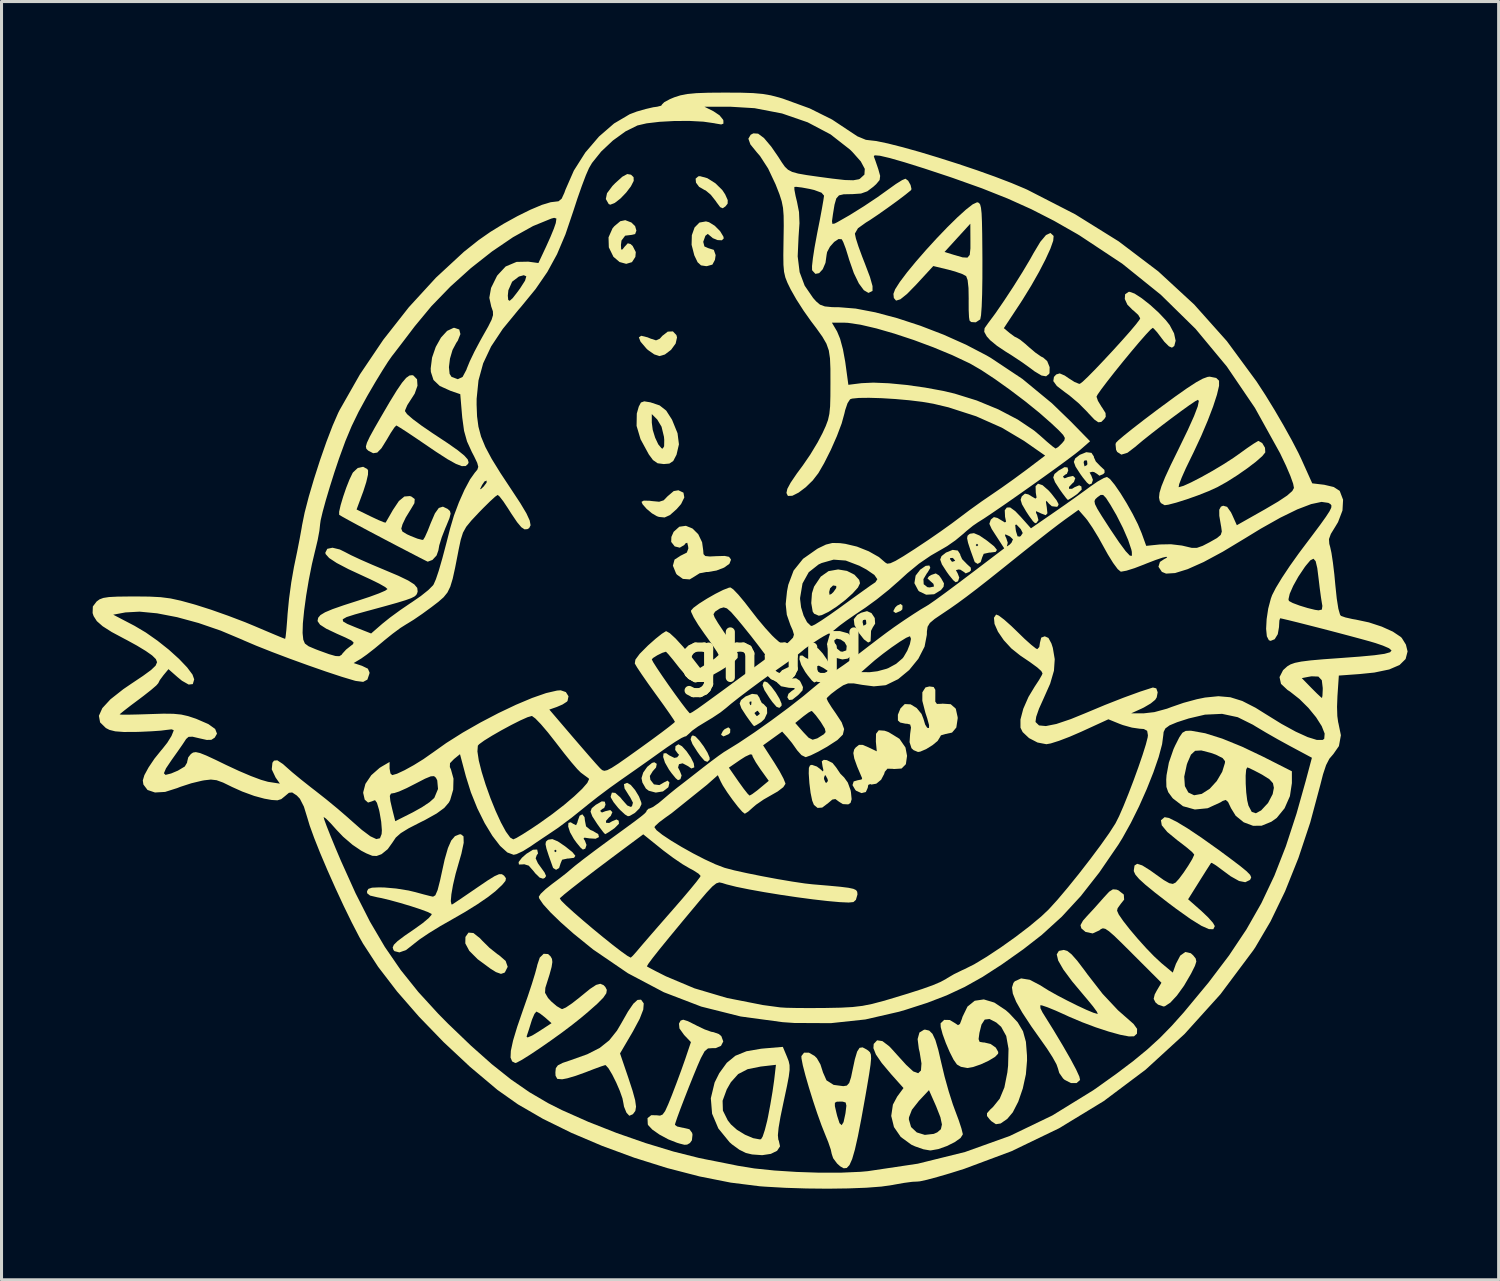
<source format=kicad_pcb>
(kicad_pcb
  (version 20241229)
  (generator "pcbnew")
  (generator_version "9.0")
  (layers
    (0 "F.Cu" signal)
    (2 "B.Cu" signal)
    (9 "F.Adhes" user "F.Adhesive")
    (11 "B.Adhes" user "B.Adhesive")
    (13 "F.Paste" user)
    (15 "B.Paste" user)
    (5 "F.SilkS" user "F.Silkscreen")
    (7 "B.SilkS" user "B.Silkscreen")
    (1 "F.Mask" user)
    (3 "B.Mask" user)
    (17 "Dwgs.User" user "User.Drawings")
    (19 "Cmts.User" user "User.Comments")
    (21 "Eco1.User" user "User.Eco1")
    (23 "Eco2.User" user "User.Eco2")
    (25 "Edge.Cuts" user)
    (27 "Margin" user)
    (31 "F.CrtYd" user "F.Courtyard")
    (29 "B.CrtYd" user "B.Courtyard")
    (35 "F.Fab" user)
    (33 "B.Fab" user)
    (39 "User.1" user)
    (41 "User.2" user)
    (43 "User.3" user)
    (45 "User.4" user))
  (footprint "ghoul"
    (layer "F.Cu")
    (at 22.396 18.584)
    (property "Reference" "ghoul" (at 0 0 0) (layer "F.SilkS") (effects (font (size 1.5 1.5) (thickness 0.3))))
    (attr board_only exclude_from_pos_files exclude_from_bom)
    (fp_poly (pts (xy -1.394 2.376) (xy -1.399 2.498) (xy -1.45 2.548) (xy -1.618 2.62) (xy -1.692 2.571) (xy -1.693 2.55) (xy -1.636 2.439) (xy -1.574 2.377) (xy -1.456 2.321)) (stroke (width 0) (type solid)) (fill yes) (layer "F.SilkS"))
    (fp_poly (pts (xy 4.279 -1.688) (xy 4.273 -1.566) (xy 4.223 -1.516) (xy 4.055 -1.444) (xy 3.981 -1.493) (xy 3.979 -1.514) (xy 4.037 -1.625) (xy 4.099 -1.687) (xy 4.216 -1.743)) (stroke (width 0) (type solid)) (fill yes) (layer "F.SilkS"))
    (fp_poly (pts (xy -2.543 2.62) (xy -2.411 2.758) (xy -2.268 2.951) (xy -2.144 3.155) (xy -2.074 3.32) (xy -2.075 3.387) (xy -2.149 3.458) (xy -2.242 3.423) (xy -2.379 3.265) (xy -2.477 3.128) (xy -2.639 2.874) (xy -2.701 2.715) (xy -2.671 2.618) (xy -2.63 2.586)) (stroke (width 0) (type solid)) (fill yes) (layer "F.SilkS"))
    (fp_poly (pts (xy -0.172 0.842) (xy -0.041 0.98) (xy 0.103 1.173) (xy 0.226 1.377) (xy 0.296 1.542) (xy 0.296 1.609) (xy 0.222 1.68) (xy 0.129 1.645) (xy -0.008 1.487) (xy -0.106 1.35) (xy -0.269 1.096) (xy -0.33 0.937) (xy -0.301 0.84) (xy -0.259 0.808)) (stroke (width 0) (type solid)) (fill yes) (layer "F.SilkS"))
    (fp_poly (pts (xy -4.664 -15.88) (xy -4.579 -15.799) (xy -4.574 -15.678) (xy -4.667 -15.496) (xy -4.824 -15.29) (xy -5.011 -15.096) (xy -5.196 -14.952) (xy -5.343 -14.893) (xy -5.397 -14.912) (xy -5.493 -15.079) (xy -5.454 -15.27) (xy -5.275 -15.509) (xy -5.182 -15.604) (xy -4.949 -15.814) (xy -4.787 -15.902)) (stroke (width 0) (type solid)) (fill yes) (layer "F.SilkS"))
    (fp_poly (pts (xy -9.856 9.095) (xy -9.639 9.266) (xy -9.559 9.352) (xy -9.325 9.583) (xy -9.068 9.788) (xy -9.011 9.825) (xy -8.793 10.014) (xy -8.725 10.208) (xy -8.815 10.386) (xy -8.835 10.404) (xy -8.947 10.441) (xy -9.112 10.382) (xy -9.28 10.278) (xy -9.712 9.96) (xy -9.99 9.682) (xy -10.121 9.437) (xy -10.117 9.225) (xy -10.016 9.082)) (stroke (width 0) (type solid)) (fill yes) (layer "F.SilkS"))
    (fp_poly (pts (xy -3.168 -10.597) (xy -3.148 -10.521) (xy -3.193 -10.32) (xy -3.343 -10.114) (xy -3.548 -9.958) (xy -3.728 -9.906) (xy -3.9 -9.963) (xy -4.105 -10.106) (xy -4.155 -10.153) (xy -4.349 -10.38) (xy -4.405 -10.523) (xy -4.327 -10.575) (xy -4.119 -10.524) (xy -4.016 -10.481) (xy -3.839 -10.424) (xy -3.715 -10.479) (xy -3.633 -10.572) (xy -3.453 -10.712) (xy -3.283 -10.719)) (stroke (width 0) (type solid)) (fill yes) (layer "F.SilkS"))
    (fp_poly (pts (xy -2.153 -15.767) (xy -1.887 -15.6) (xy -1.658 -15.376) (xy -1.563 -15.233) (xy -1.478 -15.043) (xy -1.481 -14.928) (xy -1.551 -14.838) (xy -1.641 -14.775) (xy -1.726 -14.811) (xy -1.845 -14.97) (xy -1.876 -15.017) (xy -2.039 -15.222) (xy -2.202 -15.359) (xy -2.244 -15.378) (xy -2.42 -15.479) (xy -2.523 -15.618) (xy -2.536 -15.75) (xy -2.446 -15.827) (xy -2.392 -15.832)) (stroke (width 0) (type solid)) (fill yes) (layer "F.SilkS"))
    (fp_poly (pts (xy -2.936 -5.408) (xy -2.908 -5.251) (xy -3.014 -5.034) (xy -3.16 -4.866) (xy -3.381 -4.67) (xy -3.557 -4.591) (xy -3.742 -4.609) (xy -3.81 -4.632) (xy -3.974 -4.727) (xy -4.151 -4.876) (xy -4.282 -5.025) (xy -4.318 -5.106) (xy -4.243 -5.146) (xy -4.047 -5.141) (xy -3.972 -5.131) (xy -3.736 -5.109) (xy -3.588 -5.156) (xy -3.454 -5.294) (xy -3.258 -5.46) (xy -3.103 -5.487)) (stroke (width 0) (type solid)) (fill yes) (layer "F.SilkS"))
    (fp_poly (pts (xy -7.752 6.353) (xy -7.726 6.474) (xy -7.768 6.531) (xy -7.804 6.636) (xy -7.73 6.798) (xy -7.657 6.899) (xy -7.51 7.103) (xy -7.461 7.217) (xy -7.502 7.279) (xy -7.561 7.306) (xy -7.674 7.269) (xy -7.82 7.126) (xy -7.862 7.07) (xy -8.031 6.877) (xy -8.185 6.829) (xy -8.217 6.835) (xy -8.355 6.839) (xy -8.366 6.759) (xy -8.256 6.616) (xy -8.108 6.486) (xy -7.893 6.352) (xy -7.761 6.346)) (stroke (width 0) (type solid)) (fill yes) (layer "F.SilkS"))
    (fp_poly (pts (xy -3.815 3.524) (xy -3.839 3.644) (xy -3.947 3.765) (xy -4.043 3.922) (xy -4.026 4.049) (xy -3.908 4.2) (xy -3.729 4.223) (xy -3.574 4.133) (xy -3.457 4.075) (xy -3.397 4.14) (xy -3.43 4.283) (xy -3.441 4.301) (xy -3.611 4.432) (xy -3.849 4.47) (xy -4.08 4.409) (xy -4.174 4.337) (xy -4.288 4.14) (xy -4.318 3.994) (xy -4.262 3.811) (xy -4.129 3.622) (xy -3.972 3.493) (xy -3.895 3.471)) (stroke (width 0) (type solid)) (fill yes) (layer "F.SilkS"))
    (fp_poly (pts (xy 3.256 -1.442) (xy 3.257 -1.441) (xy 3.364 -1.279) (xy 3.377 -1.094) (xy 3.3 -0.972) (xy 3.242 -0.856) (xy 3.236 -0.701) (xy 3.227 -0.513) (xy 3.147 -0.472) (xy 3.007 -0.577) (xy 2.852 -0.774) (xy 2.696 -1.046) (xy 2.684 -1.148) (xy 2.963 -1.148) (xy 2.991 -1.026) (xy 3.065 -1.062) (xy 3.087 -1.095) (xy 3.076 -1.204) (xy 3.049 -1.227) (xy 2.976 -1.208) (xy 2.963 -1.148) (xy 2.684 -1.148) (xy 2.673 -1.239) (xy 2.787 -1.382) (xy 2.916 -1.453) (xy 3.11 -1.506)) (stroke (width 0) (type solid)) (fill yes) (layer "F.SilkS"))
    (fp_poly (pts (xy -4.652 -14.306) (xy -4.651 -14.306) (xy -4.528 -14.185) (xy -4.486 -14.039) (xy -4.528 -13.925) (xy -4.636 -13.899) (xy -4.856 -13.872) (xy -4.977 -13.712) (xy -4.995 -13.568) (xy -4.988 -13.416) (xy -4.946 -13.418) (xy -4.874 -13.509) (xy -4.77 -13.621) (xy -4.679 -13.597) (xy -4.609 -13.533) (xy -4.506 -13.332) (xy -4.52 -13.173) (xy -4.632 -13) (xy -4.821 -12.944) (xy -5.04 -13.004) (xy -5.243 -13.177) (xy -5.394 -13.487) (xy -5.404 -13.817) (xy -5.272 -14.115) (xy -5.211 -14.186) (xy -5.017 -14.348) (xy -4.852 -14.383)) (stroke (width 0) (type solid)) (fill yes) (layer "F.SilkS"))
    (fp_poly (pts (xy -7.074 6.077) (xy -6.832 6.241) (xy -6.592 6.433) (xy -6.496 6.553) (xy -6.54 6.618) (xy -6.723 6.642) (xy -6.755 6.642) (xy -6.932 6.681) (xy -6.985 6.806) (xy -6.985 6.809) (xy -7.032 6.955) (xy -7.132 7.013) (xy -7.226 6.955) (xy -7.238 6.929) (xy -7.37 6.558) (xy -7.424 6.392) (xy -7.197 6.392) (xy -7.154 6.435) (xy -7.112 6.392) (xy -7.154 6.35) (xy -7.197 6.392) (xy -7.424 6.392) (xy -7.449 6.315) (xy -7.479 6.169) (xy -7.465 6.086) (xy -7.413 6.037) (xy -7.382 6.02) (xy -7.254 6.002)) (stroke (width 0) (type solid)) (fill yes) (layer "F.SilkS"))
    (fp_poly (pts (xy -6.194 5.279) (xy -6.181 5.393) (xy -6.144 5.583) (xy -6.002 5.699) (xy -5.919 5.734) (xy -5.742 5.839) (xy -5.718 5.935) (xy -5.83 5.99) (xy -6.032 5.978) (xy -6.198 5.954) (xy -6.227 5.989) (xy -6.184 6.05) (xy -6.129 6.195) (xy -6.17 6.317) (xy -6.249 6.347) (xy -6.327 6.281) (xy -6.461 6.117) (xy -6.546 5.999) (xy -6.672 5.776) (xy -6.732 5.588) (xy -6.725 5.467) (xy -6.648 5.448) (xy -6.567 5.499) (xy -6.472 5.544) (xy -6.426 5.445) (xy -6.42 5.409) (xy -6.356 5.231) (xy -6.265 5.186)) (stroke (width 0) (type solid)) (fill yes) (layer "F.SilkS"))
    (fp_poly (pts (xy -4.672 4.218) (xy -4.529 4.387) (xy -4.401 4.598) (xy -4.325 4.795) (xy -4.318 4.852) (xy -4.384 4.99) (xy -4.535 5.139) (xy -4.703 5.237) (xy -4.765 5.249) (xy -4.861 5.192) (xy -5.017 5.048) (xy -5.085 4.976) (xy -5.238 4.786) (xy -5.326 4.635) (xy -5.334 4.6) (xy -5.293 4.47) (xy -5.183 4.48) (xy -5.019 4.625) (xy -4.953 4.707) (xy -4.785 4.895) (xy -4.671 4.942) (xy -4.631 4.918) (xy -4.6 4.803) (xy -4.695 4.618) (xy -4.725 4.576) (xy -4.876 4.334) (xy -4.896 4.192) (xy -4.791 4.149)) (stroke (width 0) (type solid)) (fill yes) (layer "F.SilkS"))
    (fp_poly (pts (xy 5.194 -2.931) (xy 5.102 -2.776) (xy 5.084 -2.756) (xy 4.968 -2.561) (xy 4.976 -2.392) (xy 5.1 -2.295) (xy 5.174 -2.286) (xy 5.315 -2.316) (xy 5.298 -2.404) (xy 5.192 -2.498) (xy 5.101 -2.584) (xy 5.149 -2.652) (xy 5.231 -2.7) (xy 5.374 -2.748) (xy 5.482 -2.681) (xy 5.554 -2.582) (xy 5.644 -2.42) (xy 5.631 -2.309) (xy 5.544 -2.199) (xy 5.32 -2.062) (xy 5.058 -2.047) (xy 4.827 -2.157) (xy 4.797 -2.187) (xy 4.67 -2.428) (xy 4.71 -2.676) (xy 4.862 -2.873) (xy 5.041 -2.997) (xy 5.163 -3.01)) (stroke (width 0) (type solid)) (fill yes) (layer "F.SilkS"))
    (fp_poly (pts (xy 6.812 -3.998) (xy 7.053 -3.834) (xy 7.293 -3.643) (xy 7.389 -3.522) (xy 7.345 -3.457) (xy 7.163 -3.434) (xy 7.13 -3.433) (xy 6.953 -3.394) (xy 6.9 -3.27) (xy 6.9 -3.267) (xy 6.853 -3.121) (xy 6.753 -3.062) (xy 6.66 -3.12) (xy 6.648 -3.147) (xy 6.515 -3.517) (xy 6.461 -3.683) (xy 6.689 -3.683) (xy 6.731 -3.641) (xy 6.773 -3.683) (xy 6.731 -3.725) (xy 6.689 -3.683) (xy 6.461 -3.683) (xy 6.436 -3.76) (xy 6.406 -3.907) (xy 6.42 -3.989) (xy 6.473 -4.038) (xy 6.504 -4.056) (xy 6.631 -4.074)) (stroke (width 0) (type solid)) (fill yes) (layer "F.SilkS"))
    (fp_poly (pts (xy -2.095 -14.316) (xy -1.905 -14.198) (xy -1.729 -14.02) (xy -1.621 -13.842) (xy -1.609 -13.782) (xy -1.672 -13.72) (xy -1.816 -13.727) (xy -1.971 -13.791) (xy -2.035 -13.847) (xy -2.136 -13.93) (xy -2.214 -13.868) (xy -2.285 -13.669) (xy -2.246 -13.517) (xy -2.122 -13.462) (xy -1.937 -13.405) (xy -1.876 -13.232) (xy -1.899 -13.076) (xy -1.983 -12.919) (xy -2.16 -12.87) (xy -2.194 -12.869) (xy -2.358 -12.894) (xy -2.47 -12.997) (xy -2.577 -13.22) (xy -2.579 -13.225) (xy -2.668 -13.572) (xy -2.66 -13.888) (xy -2.57 -14.142) (xy -2.41 -14.304) (xy -2.195 -14.342)) (stroke (width 0) (type solid)) (fill yes) (layer "F.SilkS"))
    (fp_poly (pts (xy 0.599 0.394) (xy 0.557 0.517) (xy 0.453 0.643) (xy 0.445 0.651) (xy 0.362 0.728) (xy 0.405 0.745) (xy 0.566 0.718) (xy 0.774 0.704) (xy 0.893 0.783) (xy 0.925 0.836) (xy 1 0.996) (xy 0.986 1.103) (xy 0.866 1.234) (xy 0.831 1.267) (xy 0.65 1.41) (xy 0.541 1.421) (xy 0.485 1.333) (xy 0.521 1.216) (xy 0.626 1.125) (xy 0.735 1.054) (xy 0.706 1.026) (xy 0.54 1.019) (xy 0.279 0.968) (xy 0.139 0.838) (xy 0.141 0.652) (xy 0.161 0.608) (xy 0.314 0.438) (xy 0.511 0.343) (xy 0.557 0.339)) (stroke (width 0) (type solid)) (fill yes) (layer "F.SilkS"))
    (fp_poly (pts (xy -2.984 2.944) (xy -2.836 3.106) (xy -2.695 3.31) (xy -2.598 3.504) (xy -2.579 3.634) (xy -2.583 3.641) (xy -2.675 3.676) (xy -2.804 3.589) (xy -2.964 3.506) (xy -3.083 3.535) (xy -3.114 3.645) (xy -3.054 3.76) (xy -2.997 3.907) (xy -3.036 4.029) (xy -3.116 4.061) (xy -3.194 3.995) (xy -3.328 3.831) (xy -3.413 3.713) (xy -3.545 3.482) (xy -3.605 3.295) (xy -3.592 3.181) (xy -3.508 3.171) (xy -3.404 3.244) (xy -3.235 3.328) (xy -3.143 3.308) (xy -3.08 3.227) (xy -3.124 3.181) (xy -3.208 3.065) (xy -3.198 2.938) (xy -3.102 2.879)) (stroke (width 0) (type solid)) (fill yes) (layer "F.SilkS"))
    (fp_poly (pts (xy 1.504 -0.273) (xy 1.651 -0.112) (xy 1.792 0.092) (xy 1.89 0.286) (xy 1.908 0.417) (xy 1.905 0.424) (xy 1.812 0.458) (xy 1.683 0.372) (xy 1.523 0.289) (xy 1.404 0.318) (xy 1.373 0.428) (xy 1.433 0.543) (xy 1.49 0.689) (xy 1.451 0.812) (xy 1.371 0.843) (xy 1.293 0.778) (xy 1.159 0.614) (xy 1.074 0.496) (xy 0.942 0.265) (xy 0.883 0.077) (xy 0.895 -0.036) (xy 0.979 -0.046) (xy 1.083 0.027) (xy 1.252 0.111) (xy 1.344 0.091) (xy 1.407 0.009) (xy 1.364 -0.037) (xy 1.28 -0.152) (xy 1.289 -0.279) (xy 1.385 -0.339)) (stroke (width 0) (type solid)) (fill yes) (layer "F.SilkS"))
    (fp_poly (pts (xy 2.449 -2.831) (xy 2.696 -2.706) (xy 2.851 -2.536) (xy 2.879 -2.426) (xy 2.812 -2.285) (xy 2.636 -2.09) (xy 2.391 -1.87) (xy 2.114 -1.658) (xy 1.844 -1.483) (xy 1.619 -1.375) (xy 1.521 -1.355) (xy 1.367 -1.422) (xy 1.321 -1.489) (xy 1.273 -1.771) (xy 1.296 -2.094) (xy 1.309 -2.136) (xy 1.863 -2.136) (xy 1.875 -2.043) (xy 1.939 -2.074) (xy 2.006 -2.139) (xy 2.096 -2.267) (xy 2.096 -2.335) (xy 1.991 -2.352) (xy 1.894 -2.258) (xy 1.863 -2.136) (xy 1.309 -2.136) (xy 1.365 -2.313) (xy 1.586 -2.643) (xy 1.842 -2.824) (xy 2.158 -2.879)) (stroke (width 0) (type solid)) (fill yes) (layer "F.SilkS"))
    (fp_poly (pts (xy -5.526 4.769) (xy -5.503 4.868) (xy -5.549 4.981) (xy -5.588 4.995) (xy -5.67 5.06) (xy -5.673 5.083) (xy -5.621 5.127) (xy -5.508 5.083) (xy -5.346 5.045) (xy -5.277 5.114) (xy -5.331 5.239) (xy -5.389 5.29) (xy -5.487 5.401) (xy -5.484 5.466) (xy -5.379 5.47) (xy -5.29 5.417) (xy -5.142 5.355) (xy -5.07 5.395) (xy -5.06 5.496) (xy -5.202 5.638) (xy -5.235 5.662) (xy -5.407 5.779) (xy -5.509 5.837) (xy -5.516 5.839) (xy -5.577 5.774) (xy -5.699 5.612) (xy -5.779 5.499) (xy -5.938 5.253) (xy -5.997 5.097) (xy -5.957 4.985) (xy -5.824 4.873) (xy -5.823 4.873) (xy -5.626 4.759)) (stroke (width 0) (type solid)) (fill yes) (layer "F.SilkS"))
    (fp_poly (pts (xy 9.714 -6.238) (xy 9.737 -6.138) (xy 9.691 -6.026) (xy 9.652 -6.011) (xy 9.57 -5.947) (xy 9.567 -5.924) (xy 9.619 -5.879) (xy 9.732 -5.924) (xy 9.895 -5.959) (xy 9.969 -5.887) (xy 9.924 -5.76) (xy 9.862 -5.703) (xy 9.762 -5.595) (xy 9.762 -5.534) (xy 9.862 -5.535) (xy 9.95 -5.589) (xy 10.098 -5.651) (xy 10.17 -5.612) (xy 10.18 -5.51) (xy 10.038 -5.368) (xy 10.005 -5.344) (xy 9.833 -5.228) (xy 9.731 -5.169) (xy 9.724 -5.168) (xy 9.663 -5.233) (xy 9.541 -5.395) (xy 9.461 -5.508) (xy 9.302 -5.753) (xy 9.243 -5.91) (xy 9.283 -6.022) (xy 9.416 -6.133) (xy 9.417 -6.134) (xy 9.614 -6.248)) (stroke (width 0) (type solid)) (fill yes) (layer "F.SilkS"))
    (fp_poly (pts (xy -4.024 -8.383) (xy -3.72 -8.281) (xy -3.505 -8.111) (xy -3.322 -7.826) (xy -3.306 -7.795) (xy -3.131 -7.365) (xy -3.085 -7) (xy -3.163 -6.663) (xy -3.166 -6.655) (xy -3.272 -6.452) (xy -3.4 -6.366) (xy -3.583 -6.35) (xy -3.788 -6.376) (xy -3.94 -6.482) (xy -4.077 -6.668) (xy -4.349 -7.167) (xy -4.48 -7.607) (xy -4.473 -7.996) (xy -3.979 -7.996) (xy -3.979 -7.715) (xy -3.948 -7.475) (xy -3.869 -7.219) (xy -3.766 -7) (xy -3.66 -6.872) (xy -3.62 -6.858) (xy -3.573 -6.935) (xy -3.569 -7.145) (xy -3.578 -7.248) (xy -3.658 -7.58) (xy -3.799 -7.816) (xy -3.801 -7.818) (xy -3.979 -7.996) (xy -4.473 -7.996) (xy -4.473 -8.012) (xy -4.408 -8.242) (xy -4.337 -8.377) (xy -4.228 -8.416)) (stroke (width 0) (type solid)) (fill yes) (layer "F.SilkS"))
    (fp_poly (pts (xy 8.891 -5.654) (xy 9.097 -5.473) (xy 9.186 -5.371) (xy 9.355 -5.153) (xy 9.42 -5.027) (xy 9.394 -4.96) (xy 9.358 -4.942) (xy 9.196 -4.961) (xy 9.099 -5.048) (xy 9.02 -5.139) (xy 9.002 -5.104) (xy 9.029 -4.932) (xy 9.051 -4.729) (xy 8.996 -4.666) (xy 8.837 -4.725) (xy 8.793 -4.748) (xy 8.675 -4.799) (xy 8.677 -4.741) (xy 8.711 -4.674) (xy 8.756 -4.502) (xy 8.686 -4.409) (xy 8.643 -4.403) (xy 8.574 -4.468) (xy 8.45 -4.637) (xy 8.352 -4.786) (xy 8.214 -5.024) (xy 8.168 -5.174) (xy 8.203 -5.279) (xy 8.216 -5.295) (xy 8.311 -5.376) (xy 8.424 -5.351) (xy 8.519 -5.293) (xy 8.656 -5.212) (xy 8.694 -5.248) (xy 8.668 -5.406) (xy 8.661 -5.621) (xy 8.74 -5.704)) (stroke (width 0) (type solid)) (fill yes) (layer "F.SilkS"))
    (fp_poly (pts (xy 10.502 -6.719) (xy 10.582 -6.596) (xy 10.583 -6.57) (xy 10.645 -6.435) (xy 10.793 -6.282) (xy 10.794 -6.281) (xy 10.929 -6.155) (xy 10.935 -6.068) (xy 10.886 -6.017) (xy 10.761 -5.966) (xy 10.713 -6.007) (xy 10.589 -6.087) (xy 10.526 -6.096) (xy 10.44 -6.072) (xy 10.493 -5.976) (xy 10.496 -5.973) (xy 10.55 -5.828) (xy 10.509 -5.706) (xy 10.43 -5.676) (xy 10.352 -5.741) (xy 10.219 -5.905) (xy 10.139 -6.016) (xy 9.979 -6.263) (xy 9.93 -6.397) (xy 10.245 -6.397) (xy 10.273 -6.275) (xy 10.346 -6.312) (xy 10.368 -6.344) (xy 10.357 -6.453) (xy 10.331 -6.476) (xy 10.257 -6.458) (xy 10.245 -6.397) (xy 9.93 -6.397) (xy 9.921 -6.422) (xy 9.966 -6.536) (xy 10.11 -6.649) (xy 10.117 -6.654) (xy 10.331 -6.741)) (stroke (width 0) (type solid)) (fill yes) (layer "F.SilkS"))
    (fp_poly (pts (xy 3.687 2.432) (xy 3.827 2.483) (xy 4.178 2.699) (xy 4.376 2.986) (xy 4.428 3.26) (xy 4.389 3.535) (xy 4.247 3.678) (xy 3.995 3.694) (xy 3.959 3.688) (xy 3.782 3.683) (xy 3.696 3.784) (xy 3.674 3.857) (xy 3.574 4.047) (xy 3.415 4.177) (xy 3.254 4.206) (xy 3.216 4.19) (xy 3.15 4.217) (xy 3.133 4.313) (xy 3.071 4.451) (xy 2.925 4.487) (xy 2.755 4.411) (xy 2.726 4.386) (xy 2.631 4.224) (xy 2.671 4.102) (xy 2.801 4.064) (xy 2.93 4.039) (xy 2.949 4) (xy 2.785 3.613) (xy 2.69 3.347) (xy 2.659 3.169) (xy 2.686 3.051) (xy 2.737 2.984) (xy 2.845 2.899) (xy 2.963 2.898) (xy 3.153 2.978) (xy 3.431 3.111) (xy 3.401 2.793) (xy 3.406 2.534) (xy 3.496 2.418)) (stroke (width 0) (type solid)) (fill yes) (layer "F.SilkS"))
    (fp_poly (pts (xy 6.099 -3.502) (xy 6.179 -3.379) (xy 6.181 -3.353) (xy 6.242 -3.218) (xy 6.391 -3.065) (xy 6.391 -3.064) (xy 6.527 -2.938) (xy 6.532 -2.85) (xy 6.484 -2.8) (xy 6.358 -2.749) (xy 6.31 -2.79) (xy 6.186 -2.87) (xy 6.123 -2.879) (xy 6.037 -2.855) (xy 6.09 -2.759) (xy 6.093 -2.755) (xy 6.148 -2.611) (xy 6.107 -2.489) (xy 6.028 -2.459) (xy 5.949 -2.524) (xy 5.816 -2.687) (xy 5.736 -2.798) (xy 5.576 -3.046) (xy 5.519 -3.205) (xy 5.526 -3.222) (xy 5.842 -3.222) (xy 5.903 -3.136) (xy 5.927 -3.133) (xy 6.009 -3.162) (xy 6.011 -3.17) (xy 5.952 -3.242) (xy 5.927 -3.26) (xy 5.849 -3.253) (xy 5.842 -3.222) (xy 5.526 -3.222) (xy 5.563 -3.318) (xy 5.707 -3.432) (xy 5.714 -3.436) (xy 5.929 -3.524)) (stroke (width 0) (type solid)) (fill yes) (layer "F.SilkS"))
    (fp_poly (pts (xy -2.638 -4.227) (xy -2.449 -4.04) (xy -2.322 -3.774) (xy -2.286 -3.512) (xy -2.276 -3.383) (xy -2.217 -3.321) (xy -2.068 -3.306) (xy -1.844 -3.317) (xy -1.578 -3.324) (xy -1.436 -3.295) (xy -1.378 -3.218) (xy -1.372 -3.195) (xy -1.423 -3.065) (xy -1.597 -2.94) (xy -1.849 -2.843) (xy -2.132 -2.795) (xy -2.188 -2.794) (xy -2.404 -2.753) (xy -2.54 -2.667) (xy -2.73 -2.551) (xy -2.955 -2.568) (xy -3.152 -2.709) (xy -3.18 -2.748) (xy -3.284 -3.003) (xy -3.23 -3.203) (xy -3.019 -3.339) (xy -3.005 -3.344) (xy -2.825 -3.435) (xy -2.775 -3.569) (xy -2.78 -3.626) (xy -2.811 -3.759) (xy -2.867 -3.74) (xy -2.909 -3.685) (xy -3.057 -3.596) (xy -3.224 -3.638) (xy -3.34 -3.786) (xy -3.334 -3.95) (xy -3.26 -4.118) (xy -3.074 -4.286) (xy -2.856 -4.316)) (stroke (width 0) (type solid)) (fill yes) (layer "F.SilkS"))
    (fp_poly (pts (xy -0.506 1.239) (xy -0.425 1.359) (xy -0.423 1.385) (xy -0.355 1.518) (xy -0.296 1.555) (xy -0.186 1.672) (xy -0.179 1.855) (xy -0.268 2.046) (xy -0.378 2.149) (xy -0.534 2.246) (xy -0.611 2.283) (xy -0.669 2.218) (xy -0.788 2.056) (xy -0.868 1.943) (xy -0.92 1.863) (xy -0.593 1.863) (xy -0.528 1.945) (xy -0.508 1.947) (xy -0.426 1.883) (xy -0.423 1.863) (xy -0.488 1.78) (xy -0.508 1.778) (xy -0.59 1.842) (xy -0.593 1.863) (xy -0.92 1.863) (xy -1.028 1.695) (xy -1.085 1.537) (xy -1.08 1.524) (xy -0.762 1.524) (xy -0.731 1.594) (xy -0.706 1.58) (xy -0.695 1.48) (xy -0.706 1.468) (xy -0.756 1.479) (xy -0.762 1.524) (xy -1.08 1.524) (xy -1.041 1.423) (xy -0.897 1.31) (xy -0.89 1.305) (xy -0.676 1.218)) (stroke (width 0) (type solid)) (fill yes) (layer "F.SilkS"))
    (fp_poly (pts (xy 1.786 3.401) (xy 1.972 3.494) (xy 2.089 3.637) (xy 2.232 3.849) (xy 2.358 3.975) (xy 2.477 4.141) (xy 2.567 4.388) (xy 2.58 4.455) (xy 2.603 4.689) (xy 2.567 4.81) (xy 2.491 4.859) (xy 2.312 4.849) (xy 2.188 4.772) (xy 2.068 4.683) (xy 1.967 4.7) (xy 1.835 4.812) (xy 1.634 4.964) (xy 1.481 4.975) (xy 1.361 4.876) (xy 1.304 4.735) (xy 1.251 4.48) (xy 1.212 4.164) (xy 1.211 4.156) (xy 1.202 4.022) (xy 1.693 4.022) (xy 1.738 4.134) (xy 1.775 4.149) (xy 1.822 4.087) (xy 1.809 4.022) (xy 1.749 3.91) (xy 1.727 3.895) (xy 1.697 3.964) (xy 1.693 4.022) (xy 1.202 4.022) (xy 1.19 3.839) (xy 1.195 3.657) (xy 1.232 3.574) (xy 1.294 3.556) (xy 1.458 3.612) (xy 1.564 3.693) (xy 1.658 3.775) (xy 1.673 3.73) (xy 1.644 3.601) (xy 1.62 3.44) (xy 1.684 3.392)) (stroke (width 0) (type solid)) (fill yes) (layer "F.SilkS"))
    (fp_poly (pts (xy 9.249 -13.87) (xy 9.255 -13.853) (xy 9.242 -13.706) (xy 9.149 -13.443) (xy 8.988 -13.091) (xy 8.774 -12.677) (xy 8.519 -12.228) (xy 8.236 -11.768) (xy 8.137 -11.615) (xy 7.616 -10.826) (xy 7.808 -10.665) (xy 7.965 -10.549) (xy 8.06 -10.501) (xy 8.151 -10.447) (xy 8.319 -10.311) (xy 8.441 -10.202) (xy 8.655 -10.021) (xy 8.842 -9.891) (xy 8.911 -9.858) (xy 9.044 -9.74) (xy 9.124 -9.542) (xy 9.12 -9.351) (xy 9.105 -9.318) (xy 9.007 -9.24) (xy 8.856 -9.266) (xy 8.625 -9.405) (xy 8.492 -9.505) (xy 8.214 -9.705) (xy 7.879 -9.927) (xy 7.664 -10.061) (xy 7.392 -10.243) (xy 7.166 -10.429) (xy 7.054 -10.553) (xy 6.97 -10.706) (xy 6.982 -10.826) (xy 7.098 -10.99) (xy 7.335 -11.309) (xy 7.623 -11.728) (xy 7.932 -12.198) (xy 8.229 -12.671) (xy 8.484 -13.099) (xy 8.591 -13.292) (xy 8.817 -13.669) (xy 9.004 -13.892) (xy 9.149 -13.961)) (stroke (width 0) (type solid)) (fill yes) (layer "F.SilkS"))
    (fp_poly (pts (xy -4.326 11.298) (xy -4.244 11.415) (xy -4.26 11.617) (xy -4.376 11.917) (xy -4.597 12.331) (xy -4.629 12.386) (xy -5.025 13.061) (xy -4.756 13.851) (xy -4.612 14.291) (xy -4.527 14.602) (xy -4.498 14.814) (xy -4.521 14.954) (xy -4.593 15.052) (xy -4.608 15.066) (xy -4.719 15.114) (xy -4.81 15.016) (xy -4.82 14.997) (xy -4.894 14.813) (xy -4.911 14.716) (xy -4.945 14.542) (xy -5.032 14.295) (xy -5.151 14.019) (xy -5.282 13.757) (xy -5.404 13.553) (xy -5.495 13.45) (xy -5.515 13.446) (xy -5.649 13.489) (xy -5.887 13.576) (xy -6.169 13.685) (xy -6.48 13.797) (xy -6.759 13.88) (xy -6.931 13.913) (xy -7.092 13.899) (xy -7.149 13.795) (xy -7.154 13.685) (xy -7.14 13.547) (xy -7.072 13.453) (xy -6.913 13.372) (xy -6.646 13.282) (xy -6.103 13.088) (xy -5.693 12.879) (xy -5.38 12.629) (xy -5.126 12.311) (xy -4.989 12.078) (xy -4.762 11.679) (xy -4.587 11.424) (xy -4.45 11.299) (xy -4.341 11.29)) (stroke (width 0) (type solid)) (fill yes) (layer "F.SilkS"))
    (fp_poly (pts (xy 5.305 0.993) (xy 5.359 1.085) (xy 5.359 1.276) (xy 5.358 1.475) (xy 5.412 1.55) (xy 5.561 1.546) (xy 5.593 1.541) (xy 5.866 1.559) (xy 6.033 1.707) (xy 6.095 1.988) (xy 6.096 2.025) (xy 6.051 2.327) (xy 5.91 2.494) (xy 5.698 2.54) (xy 5.545 2.584) (xy 5.503 2.659) (xy 5.435 2.769) (xy 5.267 2.908) (xy 5.058 3.038) (xy 4.863 3.121) (xy 4.789 3.133) (xy 4.644 3.073) (xy 4.574 3.009) (xy 4.511 2.809) (xy 4.529 2.543) (xy 4.558 2.326) (xy 4.531 2.228) (xy 4.428 2.202) (xy 4.377 2.201) (xy 4.202 2.163) (xy 4.127 2.095) (xy 4.126 1.906) (xy 4.211 1.698) (xy 4.345 1.561) (xy 4.359 1.555) (xy 4.546 1.564) (xy 4.746 1.686) (xy 4.906 1.881) (xy 4.967 2.038) (xy 5.025 2.231) (xy 5.091 2.335) (xy 5.151 2.344) (xy 5.153 2.247) (xy 5.092 2.024) (xy 5.032 1.841) (xy 4.931 1.448) (xy 4.932 1.167) (xy 5.034 1.007) (xy 5.165 0.974)) (stroke (width 0) (type solid)) (fill yes) (layer "F.SilkS"))
    (fp_poly (pts (xy -11.832 -9.267) (xy -11.71 -9.142) (xy -11.696 -8.93) (xy -11.788 -8.669) (xy -11.896 -8.501) (xy -12.03 -8.294) (xy -12.103 -8.123) (xy -12.107 -8.091) (xy -12.039 -7.994) (xy -11.848 -7.828) (xy -11.558 -7.612) (xy -11.192 -7.362) (xy -11.155 -7.338) (xy -10.697 -7.035) (xy -10.37 -6.805) (xy -10.157 -6.632) (xy -10.043 -6.505) (xy -10.012 -6.408) (xy -10.031 -6.354) (xy -10.109 -6.285) (xy -10.236 -6.282) (xy -10.428 -6.355) (xy -10.706 -6.51) (xy -11.087 -6.756) (xy -11.362 -6.943) (xy -11.719 -7.186) (xy -12.025 -7.391) (xy -12.254 -7.539) (xy -12.38 -7.614) (xy -12.395 -7.62) (xy -12.459 -7.552) (xy -12.577 -7.375) (xy -12.707 -7.154) (xy -12.882 -6.872) (xy -13.021 -6.728) (xy -13.155 -6.707) (xy -13.313 -6.789) (xy -13.325 -6.798) (xy -13.38 -6.853) (xy -13.395 -6.929) (xy -13.361 -7.052) (xy -13.268 -7.249) (xy -13.106 -7.543) (xy -12.906 -7.891) (xy -12.61 -8.398) (xy -12.38 -8.772) (xy -12.204 -9.03) (xy -12.069 -9.189) (xy -11.961 -9.266) (xy -11.869 -9.278)) (stroke (width 0) (type solid)) (fill yes) (layer "F.SilkS"))
    (fp_poly (pts (xy 11.327 7.665) (xy 11.394 7.692) (xy 11.567 7.829) (xy 11.578 7.995) (xy 11.472 8.128) (xy 11.364 8.277) (xy 11.345 8.36) (xy 11.4 8.485) (xy 11.549 8.701) (xy 11.765 8.977) (xy 12.023 9.282) (xy 12.298 9.588) (xy 12.564 9.863) (xy 12.796 10.078) (xy 12.808 10.089) (xy 13.18 10.399) (xy 13.284 10.11) (xy 13.426 9.839) (xy 13.593 9.72) (xy 13.772 9.76) (xy 13.851 9.83) (xy 13.934 9.934) (xy 13.956 10.034) (xy 13.91 10.177) (xy 13.791 10.416) (xy 13.776 10.444) (xy 13.551 10.83) (xy 13.317 11.154) (xy 13.099 11.389) (xy 12.92 11.506) (xy 12.874 11.515) (xy 12.694 11.453) (xy 12.611 11.382) (xy 12.55 11.264) (xy 12.585 11.118) (xy 12.653 10.991) (xy 12.806 10.733) (xy 11.868 9.795) (xy 11.514 9.442) (xy 11.258 9.194) (xy 11.08 9.038) (xy 10.96 8.958) (xy 10.877 8.94) (xy 10.81 8.968) (xy 10.763 9.008) (xy 10.542 9.109) (xy 10.308 9.06) (xy 10.168 8.942) (xy 10.14 8.837) (xy 10.222 8.688) (xy 10.351 8.542) (xy 10.584 8.291) (xy 10.834 8.01) (xy 10.908 7.926) (xy 11.084 7.735) (xy 11.208 7.656)) (stroke (width 0) (type solid)) (fill yes) (layer "F.SilkS"))
    (fp_poly (pts (xy 6.747 -14.971) (xy 6.797 -14.95) (xy 6.836 -14.897) (xy 6.863 -14.789) (xy 6.883 -14.606) (xy 6.895 -14.328) (xy 6.903 -13.932) (xy 6.908 -13.398) (xy 6.91 -13.08) (xy 6.909 -12.469) (xy 6.901 -11.948) (xy 6.886 -11.537) (xy 6.865 -11.253) (xy 6.839 -11.118) (xy 6.836 -11.113) (xy 6.691 -11.018) (xy 6.54 -11.027) (xy 6.487 -11.075) (xy 6.469 -11.187) (xy 6.458 -11.422) (xy 6.457 -11.732) (xy 6.458 -11.794) (xy 6.452 -12.147) (xy 6.423 -12.409) (xy 6.375 -12.539) (xy 6.246 -12.609) (xy 6.008 -12.692) (xy 5.786 -12.753) (xy 5.292 -12.872) (xy 4.733 -12.265) (xy 4.427 -11.952) (xy 4.207 -11.776) (xy 4.066 -11.733) (xy 3.993 -11.819) (xy 3.979 -11.955) (xy 4.036 -12.107) (xy 4.191 -12.349) (xy 4.425 -12.66) (xy 4.719 -13.017) (xy 4.996 -13.335) (xy 5.662 -13.335) (xy 5.985 -13.236) (xy 6.259 -13.157) (xy 6.418 -13.149) (xy 6.493 -13.239) (xy 6.515 -13.453) (xy 6.515 -13.695) (xy 6.512 -14.266) (xy 6.087 -13.801) (xy 5.662 -13.335) (xy 4.996 -13.335) (xy 5.051 -13.398) (xy 5.402 -13.782) (xy 5.751 -14.146) (xy 6.079 -14.469) (xy 6.366 -14.729) (xy 6.59 -14.904) (xy 6.733 -14.971)) (stroke (width 0) (type solid)) (fill yes) (layer "F.SilkS"))
    (fp_poly (pts (xy -2.792 11.998) (xy -2.535 12.126) (xy -2.49 12.15) (xy -2.236 12.271) (xy -2.024 12.347) (xy -1.945 12.361) (xy -1.772 12.422) (xy -1.687 12.495) (xy -1.625 12.667) (xy -1.7 12.812) (xy -1.877 12.887) (xy -1.98 12.887) (xy -2.128 12.896) (xy -2.239 12.989) (xy -2.355 13.202) (xy -2.367 13.226) (xy -2.474 13.471) (xy -2.608 13.796) (xy -2.756 14.164) (xy -2.903 14.54) (xy -3.037 14.889) (xy -3.142 15.175) (xy -3.205 15.362) (xy -3.217 15.413) (xy -3.143 15.468) (xy -2.963 15.508) (xy -2.942 15.51) (xy -2.739 15.559) (xy -2.651 15.677) (xy -2.638 15.738) (xy -2.658 15.922) (xy -2.723 16.012) (xy -2.814 16.064) (xy -2.903 16.07) (xy -3.058 16.031) (xy -3.147 16.004) (xy -3.438 15.89) (xy -3.726 15.734) (xy -3.963 15.568) (xy -4.099 15.422) (xy -4.111 15.395) (xy -4.12 15.193) (xy -3.998 15.095) (xy -3.82 15.098) (xy -3.708 15.11) (xy -3.623 15.074) (xy -3.54 14.96) (xy -3.44 14.741) (xy -3.323 14.451) (xy -3.169 14.049) (xy -3.012 13.625) (xy -2.884 13.264) (xy -2.87 13.223) (xy -2.69 12.688) (xy -2.914 12.454) (xy -3.068 12.238) (xy -3.084 12.079) (xy -3.029 11.979) (xy -2.944 11.95)) (stroke (width 0) (type solid)) (fill yes) (layer "F.SilkS"))
    (fp_poly (pts (xy 0.475 13.175) (xy 0.529 13.314) (xy 0.558 13.446) (xy 0.56 13.604) (xy 0.533 13.822) (xy 0.474 14.132) (xy 0.381 14.569) (xy 0.364 14.647) (xy 0.259 15.15) (xy 0.197 15.511) (xy 0.174 15.754) (xy 0.188 15.9) (xy 0.205 15.939) (xy 0.245 16.121) (xy 0.148 16.268) (xy -0.058 16.369) (xy -0.343 16.412) (xy -0.677 16.388) (xy -0.881 16.339) (xy -1.095 16.233) (xy -1.337 16.057) (xy -1.418 15.985) (xy -1.787 15.532) (xy -1.993 15.046) (xy -2.028 14.619) (xy -1.647 14.619) (xy -1.637 14.944) (xy -1.478 15.264) (xy -1.372 15.4) (xy -1.172 15.578) (xy -0.909 15.738) (xy -0.64 15.852) (xy -0.425 15.892) (xy -0.381 15.886) (xy -0.327 15.798) (xy -0.256 15.583) (xy -0.179 15.281) (xy -0.151 15.149) (xy -0.074 14.741) (xy -0.003 14.321) (xy 0.047 13.973) (xy 0.052 13.936) (xy 0.11 13.436) (xy -0.39 13.493) (xy -0.821 13.579) (xy -1.134 13.741) (xy -1.375 14.01) (xy -1.51 14.246) (xy -1.647 14.619) (xy -2.028 14.619) (xy -2.035 14.538) (xy -1.91 14.019) (xy -1.757 13.712) (xy -1.51 13.371) (xy -1.225 13.137) (xy -0.86 12.989) (xy -0.378 12.906) (xy -0.26 12.895) (xy 0.337 12.845)) (stroke (width 0) (type solid)) (fill yes) (layer "F.SilkS"))
    (fp_poly (pts (xy 7.302 11.386) (xy 7.682 11.639) (xy 7.798 11.743) (xy 8.071 12.035) (xy 8.247 12.331) (xy 8.343 12.679) (xy 8.378 13.128) (xy 8.38 13.293) (xy 8.342 13.748) (xy 8.24 14.215) (xy 8.091 14.649) (xy 7.909 15.003) (xy 7.728 15.218) (xy 7.511 15.368) (xy 7.354 15.392) (xy 7.203 15.291) (xy 7.152 15.237) (xy 7.061 15.122) (xy 7.061 15.031) (xy 7.167 14.91) (xy 7.259 14.825) (xy 7.48 14.551) (xy 7.634 14.18) (xy 7.732 13.685) (xy 7.756 13.462) (xy 7.77 12.909) (xy 7.695 12.488) (xy 7.528 12.185) (xy 7.369 12.044) (xy 7.144 11.927) (xy 6.987 11.946) (xy 6.88 12.111) (xy 6.812 12.383) (xy 6.784 12.589) (xy 6.817 12.679) (xy 6.935 12.7) (xy 6.97 12.7) (xy 7.178 12.749) (xy 7.35 12.869) (xy 7.432 13.014) (xy 7.427 13.07) (xy 7.327 13.174) (xy 7.12 13.299) (xy 6.86 13.42) (xy 6.603 13.509) (xy 6.42 13.542) (xy 6.203 13.502) (xy 6.072 13.426) (xy 5.96 13.267) (xy 5.832 13.015) (xy 5.705 12.719) (xy 5.6 12.429) (xy 5.537 12.194) (xy 5.532 12.07) (xy 5.65 11.956) (xy 5.835 11.96) (xy 6.012 12.066) (xy 6.106 12.13) (xy 6.169 12.092) (xy 6.234 11.923) (xy 6.255 11.854) (xy 6.419 11.517) (xy 6.657 11.326) (xy 6.956 11.282)) (stroke (width 0) (type solid)) (fill yes) (layer "F.SilkS"))
    (fp_poly (pts (xy 13.049 5.305) (xy 13.308 5.432) (xy 13.675 5.654) (xy 14.141 5.967) (xy 14.696 6.362) (xy 15.056 6.628) (xy 15.393 6.883) (xy 15.611 7.061) (xy 15.728 7.181) (xy 15.763 7.263) (xy 15.734 7.33) (xy 15.716 7.35) (xy 15.568 7.422) (xy 15.364 7.382) (xy 15.084 7.225) (xy 14.797 7.012) (xy 14.604 6.869) (xy 14.474 6.79) (xy 14.443 6.784) (xy 14.389 6.866) (xy 14.268 7.055) (xy 14.104 7.315) (xy 14.051 7.4) (xy 13.685 7.984) (xy 14.126 8.373) (xy 14.346 8.583) (xy 14.503 8.76) (xy 14.564 8.867) (xy 14.564 8.869) (xy 14.515 8.97) (xy 14.37 8.967) (xy 14.122 8.857) (xy 13.766 8.636) (xy 13.296 8.301) (xy 13.035 8.105) (xy 12.597 7.766) (xy 12.281 7.508) (xy 12.071 7.316) (xy 11.949 7.174) (xy 11.899 7.067) (xy 11.896 7.032) (xy 11.92 6.872) (xy 12.006 6.816) (xy 12.171 6.867) (xy 12.432 7.029) (xy 12.609 7.156) (xy 12.885 7.352) (xy 13.064 7.454) (xy 13.181 7.478) (xy 13.269 7.436) (xy 13.272 7.434) (xy 13.386 7.309) (xy 13.538 7.105) (xy 13.693 6.872) (xy 13.82 6.662) (xy 13.883 6.524) (xy 13.885 6.51) (xy 13.822 6.434) (xy 13.653 6.289) (xy 13.411 6.101) (xy 13.335 6.044) (xy 12.999 5.768) (xy 12.817 5.547) (xy 12.79 5.382) (xy 12.91 5.28)) (stroke (width 0) (type solid)) (fill yes) (layer "F.SilkS"))
    (fp_poly (pts (xy 3.101 12.934) (xy 3.158 12.975) (xy 3.208 13.025) (xy 3.237 13.101) (xy 3.244 13.229) (xy 3.225 13.433) (xy 3.18 13.739) (xy 3.107 14.173) (xy 3.054 14.478) (xy 2.922 15.212) (xy 2.809 15.791) (xy 2.71 16.23) (xy 2.62 16.541) (xy 2.532 16.738) (xy 2.44 16.835) (xy 2.34 16.844) (xy 2.226 16.779) (xy 2.122 16.685) (xy 1.994 16.512) (xy 1.947 16.372) (xy 1.915 16.224) (xy 1.832 15.981) (xy 1.742 15.759) (xy 1.613 15.435) (xy 1.472 15.042) (xy 1.39 14.797) (xy 2.051 14.797) (xy 2.102 15.019) (xy 2.128 15.123) (xy 2.204 15.358) (xy 2.274 15.424) (xy 2.337 15.323) (xy 2.396 15.052) (xy 2.403 15.007) (xy 2.43 14.783) (xy 2.406 14.678) (xy 2.311 14.649) (xy 2.245 14.647) (xy 2.113 14.651) (xy 2.051 14.687) (xy 2.051 14.797) (xy 1.39 14.797) (xy 1.329 14.612) (xy 1.195 14.181) (xy 1.08 13.783) (xy 0.995 13.454) (xy 0.951 13.226) (xy 0.948 13.149) (xy 1.036 13.036) (xy 1.196 13.036) (xy 1.382 13.143) (xy 1.458 13.219) (xy 1.575 13.422) (xy 1.657 13.678) (xy 1.659 13.686) (xy 1.775 13.948) (xy 2.01 14.097) (xy 2.328 14.139) (xy 2.445 14.12) (xy 2.523 14.034) (xy 2.584 13.845) (xy 2.624 13.652) (xy 2.709 13.253) (xy 2.784 13.001) (xy 2.864 12.877) (xy 2.964 12.861)) (stroke (width 0) (type solid)) (fill yes) (layer "F.SilkS"))
    (fp_poly (pts (xy -7.394 9.788) (xy -7.311 9.867) (xy -7.266 9.948) (xy -7.254 10.052) (xy -7.279 10.214) (xy -7.347 10.464) (xy -7.465 10.837) (xy -7.485 10.901) (xy -7.495 11.064) (xy -7.396 11.235) (xy -7.294 11.346) (xy -7.11 11.504) (xy -6.957 11.593) (xy -6.924 11.599) (xy -6.808 11.548) (xy -6.605 11.411) (xy -6.356 11.216) (xy -6.308 11.176) (xy -6.014 10.937) (xy -5.812 10.804) (xy -5.674 10.767) (xy -5.567 10.812) (xy -5.509 10.873) (xy -5.46 10.968) (xy -5.477 11.08) (xy -5.577 11.226) (xy -5.774 11.425) (xy -6.082 11.697) (xy -6.313 11.891) (xy -6.6 12.119) (xy -6.939 12.375) (xy -7.304 12.637) (xy -7.664 12.887) (xy -7.991 13.105) (xy -8.255 13.271) (xy -8.429 13.364) (xy -8.474 13.377) (xy -8.573 13.327) (xy -8.58 13.321) (xy -8.631 13.197) (xy -8.621 12.975) (xy -8.549 12.641) (xy -8.509 12.506) (xy -8.104 12.506) (xy -8.07 12.536) (xy -7.922 12.473) (xy -7.717 12.349) (xy -7.281 12.065) (xy -7.497 11.874) (xy -7.662 11.745) (xy -7.775 11.685) (xy -7.781 11.684) (xy -7.843 11.757) (xy -7.922 11.941) (xy -7.951 12.031) (xy -8.028 12.28) (xy -8.092 12.471) (xy -8.104 12.506) (xy -8.509 12.506) (xy -8.411 12.182) (xy -8.218 11.622) (xy -8.063 11.179) (xy -7.927 10.768) (xy -7.822 10.426) (xy -7.759 10.193) (xy -7.75 10.147) (xy -7.669 9.905) (xy -7.54 9.779)) (stroke (width 0) (type solid)) (fill yes) (layer "F.SilkS"))
    (fp_poly (pts (xy 5.157 12.309) (xy 5.265 12.415) (xy 5.361 12.619) (xy 5.457 12.945) (xy 5.554 13.363) (xy 5.665 13.827) (xy 5.8 14.31) (xy 5.937 14.741) (xy 6.011 14.942) (xy 6.13 15.261) (xy 6.219 15.532) (xy 6.262 15.706) (xy 6.264 15.729) (xy 6.188 15.848) (xy 5.997 15.983) (xy 5.738 16.112) (xy 5.46 16.211) (xy 5.212 16.255) (xy 5.186 16.256) (xy 4.966 16.218) (xy 4.689 16.121) (xy 4.569 16.066) (xy 4.221 15.812) (xy 3.997 15.486) (xy 3.935 15.232) (xy 4.487 15.232) (xy 4.56 15.485) (xy 4.749 15.663) (xy 5.013 15.744) (xy 5.307 15.711) (xy 5.424 15.66) (xy 5.542 15.558) (xy 5.577 15.402) (xy 5.527 15.164) (xy 5.39 14.814) (xy 5.369 14.765) (xy 5.15 14.27) (xy 4.818 14.624) (xy 4.588 14.917) (xy 4.492 15.165) (xy 4.487 15.232) (xy 3.935 15.232) (xy 3.907 15.12) (xy 3.962 14.747) (xy 4.103 14.483) (xy 4.311 14.201) (xy 3.904 13.745) (xy 3.593 13.375) (xy 3.402 13.095) (xy 3.32 12.887) (xy 3.33 12.748) (xy 3.442 12.629) (xy 3.616 12.655) (xy 3.838 12.823) (xy 3.903 12.89) (xy 4.133 13.145) (xy 4.372 13.408) (xy 4.402 13.441) (xy 4.632 13.653) (xy 4.795 13.713) (xy 4.886 13.624) (xy 4.903 13.391) (xy 4.843 13.018) (xy 4.816 12.907) (xy 4.776 12.588) (xy 4.836 12.372) (xy 4.988 12.28) (xy 5.027 12.278)) (stroke (width 0) (type solid)) (fill yes) (layer "F.SilkS"))
    (fp_poly (pts (xy 11.921 -11.965) (xy 12.158 -11.811) (xy 12.434 -11.593) (xy 12.711 -11.342) (xy 12.952 -11.087) (xy 13.078 -10.927) (xy 13.222 -10.655) (xy 13.274 -10.412) (xy 13.229 -10.238) (xy 13.153 -10.184) (xy 13.052 -10.228) (xy 12.903 -10.377) (xy 12.814 -10.493) (xy 12.665 -10.69) (xy 12.552 -10.814) (xy 12.519 -10.836) (xy 12.443 -10.774) (xy 12.285 -10.605) (xy 12.066 -10.355) (xy 11.809 -10.05) (xy 11.535 -9.718) (xy 11.266 -9.384) (xy 11.024 -9.075) (xy 10.829 -8.818) (xy 10.704 -8.639) (xy 10.668 -8.569) (xy 10.715 -8.432) (xy 10.831 -8.24) (xy 10.851 -8.213) (xy 10.965 -8.031) (xy 10.972 -7.909) (xy 10.925 -7.835) (xy 10.825 -7.737) (xy 10.727 -7.726) (xy 10.598 -7.816) (xy 10.404 -8.021) (xy 10.356 -8.075) (xy 10.086 -8.347) (xy 9.771 -8.613) (xy 9.629 -8.716) (xy 9.363 -8.92) (xy 9.245 -9.082) (xy 9.266 -9.22) (xy 9.341 -9.301) (xy 9.456 -9.336) (xy 9.622 -9.265) (xy 9.742 -9.182) (xy 9.941 -9.055) (xy 10.09 -8.994) (xy 10.12 -8.993) (xy 10.213 -9.063) (xy 10.393 -9.234) (xy 10.635 -9.48) (xy 10.915 -9.775) (xy 11.212 -10.094) (xy 11.5 -10.411) (xy 11.757 -10.701) (xy 11.958 -10.939) (xy 12.08 -11.098) (xy 12.107 -11.149) (xy 12.044 -11.26) (xy 11.888 -11.404) (xy 11.853 -11.43) (xy 11.683 -11.602) (xy 11.599 -11.787) (xy 11.61 -11.941) (xy 11.722 -12.02) (xy 11.759 -12.023)) (stroke (width 0) (type solid)) (fill yes) (layer "F.SilkS"))
    (fp_poly (pts (xy 9.705 9.685) (xy 9.846 9.797) (xy 10.032 10.007) (xy 10.282 10.336) (xy 10.372 10.46) (xy 10.871 11.102) (xy 11.375 11.639) (xy 11.888 12.09) (xy 12.005 12.252) (xy 12 12.411) (xy 11.903 12.497) (xy 11.736 12.501) (xy 11.448 12.446) (xy 11.072 12.342) (xy 10.642 12.201) (xy 10.19 12.031) (xy 9.751 11.845) (xy 9.66 11.802) (xy 9.326 11.652) (xy 9.052 11.54) (xy 8.871 11.479) (xy 8.816 11.475) (xy 8.821 11.573) (xy 8.888 11.709) (xy 9.248 12.286) (xy 9.558 12.803) (xy 9.81 13.242) (xy 9.995 13.588) (xy 10.103 13.825) (xy 10.127 13.934) (xy 10.011 14.038) (xy 9.824 14.036) (xy 9.62 13.932) (xy 9.567 13.885) (xy 9.441 13.705) (xy 9.398 13.556) (xy 9.35 13.42) (xy 9.222 13.189) (xy 9.037 12.9) (xy 8.917 12.73) (xy 8.518 12.166) (xy 8.222 11.715) (xy 8.022 11.362) (xy 7.912 11.092) (xy 7.884 10.89) (xy 7.931 10.74) (xy 7.976 10.685) (xy 8.185 10.59) (xy 8.471 10.636) (xy 8.822 10.82) (xy 8.853 10.841) (xy 9.075 10.98) (xy 9.369 11.145) (xy 9.7 11.318) (xy 10.033 11.484) (xy 10.333 11.624) (xy 10.565 11.721) (xy 10.696 11.758) (xy 10.71 11.755) (xy 10.675 11.679) (xy 10.551 11.51) (xy 10.361 11.278) (xy 10.286 11.19) (xy 9.867 10.69) (xy 9.574 10.295) (xy 9.405 10) (xy 9.358 9.798) (xy 9.429 9.684) (xy 9.591 9.652)) (stroke (width 0) (type solid)) (fill yes) (layer "F.SilkS"))
    (fp_poly (pts (xy -13.348 -6.184) (xy -13.323 -6.137) (xy -13.327 -5.999) (xy -13.383 -5.755) (xy -13.479 -5.455) (xy -13.488 -5.432) (xy -13.702 -4.854) (xy -13.233 -4.624) (xy -12.986 -4.508) (xy -12.81 -4.435) (xy -12.747 -4.42) (xy -12.699 -4.501) (xy -12.594 -4.683) (xy -12.506 -4.837) (xy -12.308 -5.133) (xy -12.129 -5.281) (xy -11.947 -5.296) (xy -11.896 -5.28) (xy -11.787 -5.198) (xy -11.797 -5.061) (xy -11.929 -4.839) (xy -11.936 -4.829) (xy -12.083 -4.589) (xy -12.189 -4.367) (xy -12.23 -4.223) (xy -12.192 -4.128) (xy -12.043 -4.037) (xy -11.92 -3.981) (xy -11.697 -3.893) (xy -11.541 -3.853) (xy -11.508 -3.856) (xy -11.451 -3.948) (xy -11.359 -4.153) (xy -11.264 -4.395) (xy -11.122 -4.725) (xy -10.994 -4.904) (xy -10.859 -4.947) (xy -10.703 -4.873) (xy -10.627 -4.804) (xy -10.605 -4.718) (xy -10.642 -4.571) (xy -10.743 -4.322) (xy -10.779 -4.239) (xy -10.897 -3.938) (xy -10.979 -3.671) (xy -11.007 -3.511) (xy -11.067 -3.34) (xy -11.204 -3.192) (xy -11.355 -3.136) (xy -11.361 -3.136) (xy -11.441 -3.175) (xy -11.647 -3.28) (xy -11.955 -3.44) (xy -12.342 -3.641) (xy -12.785 -3.873) (xy -12.805 -3.884) (xy -13.253 -4.12) (xy -13.647 -4.33) (xy -13.965 -4.502) (xy -14.182 -4.623) (xy -14.274 -4.679) (xy -14.275 -4.679) (xy -14.276 -4.781) (xy -14.228 -4.993) (xy -14.145 -5.272) (xy -14.043 -5.57) (xy -13.935 -5.843) (xy -13.838 -6.045) (xy -13.82 -6.075) (xy -13.663 -6.221) (xy -13.486 -6.26)) (stroke (width 0) (type solid)) (fill yes) (layer "F.SilkS"))
    (fp_poly (pts (xy -10.18 5.912) (xy -10.174 6.124) (xy -10.249 6.48) (xy -10.33 6.76) (xy -10.441 7.148) (xy -10.526 7.512) (xy -10.58 7.821) (xy -10.599 8.044) (xy -10.577 8.152) (xy -10.549 8.152) (xy -10.444 8.084) (xy -10.233 7.942) (xy -9.95 7.749) (xy -9.715 7.588) (xy -9.382 7.362) (xy -9.157 7.223) (xy -9.012 7.159) (xy -8.918 7.157) (xy -8.847 7.204) (xy -8.842 7.209) (xy -8.783 7.29) (xy -8.798 7.378) (xy -8.904 7.507) (xy -9.12 7.71) (xy -9.132 7.721) (xy -9.374 7.91) (xy -9.72 8.147) (xy -10.126 8.4) (xy -10.544 8.64) (xy -10.549 8.643) (xy -10.949 8.871) (xy -11.318 9.098) (xy -11.619 9.3) (xy -11.812 9.451) (xy -11.823 9.461) (xy -12.071 9.655) (xy -12.292 9.734) (xy -12.455 9.692) (xy -12.488 9.652) (xy -12.513 9.572) (xy -12.474 9.482) (xy -12.351 9.361) (xy -12.123 9.189) (xy -11.797 8.965) (xy -11.525 8.77) (xy -11.328 8.605) (xy -11.232 8.494) (xy -11.231 8.466) (xy -11.352 8.405) (xy -11.594 8.315) (xy -11.914 8.21) (xy -12.269 8.104) (xy -12.616 8.009) (xy -12.912 7.939) (xy -13.022 7.918) (xy -13.258 7.862) (xy -13.354 7.785) (xy -13.358 7.718) (xy -13.313 7.641) (xy -13.193 7.602) (xy -12.961 7.592) (xy -12.782 7.596) (xy -12.396 7.63) (xy -11.991 7.695) (xy -11.769 7.748) (xy -11.491 7.824) (xy -11.27 7.88) (xy -11.183 7.898) (xy -11.108 7.853) (xy -11.033 7.68) (xy -10.952 7.364) (xy -10.916 7.197) (xy -10.801 6.673) (xy -10.693 6.297) (xy -10.584 6.048) (xy -10.462 5.905) (xy -10.318 5.847) (xy -10.266 5.843)) (stroke (width 0) (type solid)) (fill yes) (layer "F.SilkS"))
    (fp_poly (pts (xy 13.801 2.436) (xy 14.247 2.516) (xy 14.807 2.692) (xy 15.461 2.958) (xy 16.15 3.286) (xy 17.102 3.768) (xy 17.103 4.157) (xy 17.038 4.587) (xy 16.862 4.987) (xy 16.603 5.305) (xy 16.425 5.431) (xy 16.107 5.561) (xy 15.824 5.564) (xy 15.517 5.449) (xy 15.253 5.235) (xy 15.099 4.986) (xy 15.003 4.784) (xy 14.926 4.712) (xy 14.824 4.745) (xy 14.748 4.793) (xy 14.327 4.986) (xy 13.907 5.027) (xy 13.517 4.919) (xy 13.187 4.665) (xy 13.163 4.638) (xy 13.03 4.457) (xy 12.97 4.283) (xy 12.964 4.043) (xy 12.971 3.945) (xy 13.557 3.945) (xy 13.578 4.257) (xy 13.692 4.467) (xy 13.882 4.558) (xy 14.133 4.513) (xy 14.398 4.343) (xy 14.629 4.089) (xy 14.733 3.912) (xy 15.58 3.912) (xy 15.582 4.178) (xy 15.599 4.465) (xy 15.631 4.726) (xy 15.672 4.898) (xy 15.78 5.105) (xy 15.917 5.151) (xy 16.091 5.056) (xy 16.318 4.811) (xy 16.47 4.52) (xy 16.51 4.313) (xy 16.479 4.161) (xy 16.361 4.03) (xy 16.122 3.88) (xy 16.096 3.866) (xy 15.86 3.742) (xy 15.688 3.66) (xy 15.631 3.641) (xy 15.596 3.717) (xy 15.58 3.912) (xy 14.733 3.912) (xy 14.808 3.784) (xy 14.897 3.496) (xy 14.901 3.436) (xy 14.822 3.334) (xy 14.598 3.221) (xy 14.434 3.163) (xy 14.12 3.082) (xy 13.916 3.094) (xy 13.779 3.22) (xy 13.665 3.482) (xy 13.642 3.547) (xy 13.557 3.945) (xy 12.971 3.945) (xy 12.974 3.899) (xy 13.051 3.483) (xy 13.204 3.039) (xy 13.258 2.921) (xy 13.395 2.65) (xy 13.497 2.5) (xy 13.603 2.439) (xy 13.748 2.432)) (stroke (width 0) (type solid)) (fill yes) (layer "F.SilkS"))
    (fp_poly (pts (xy 14.611 -9.186) (xy 14.704 -9.095) (xy 14.704 -8.927) (xy 14.635 -8.635) (xy 14.508 -8.244) (xy 14.331 -7.781) (xy 14.114 -7.27) (xy 13.867 -6.74) (xy 13.79 -6.583) (xy 13.612 -6.216) (xy 13.476 -5.91) (xy 13.392 -5.693) (xy 13.373 -5.592) (xy 13.379 -5.588) (xy 13.529 -5.631) (xy 13.785 -5.747) (xy 14.113 -5.916) (xy 14.478 -6.12) (xy 14.843 -6.338) (xy 15.174 -6.551) (xy 15.357 -6.68) (xy 15.629 -6.876) (xy 15.849 -7.025) (xy 15.983 -7.105) (xy 16.003 -7.112) (xy 16.125 -7.042) (xy 16.217 -6.888) (xy 16.227 -6.735) (xy 16.227 -6.735) (xy 16.126 -6.61) (xy 15.915 -6.425) (xy 15.626 -6.205) (xy 15.296 -5.976) (xy 14.96 -5.763) (xy 14.651 -5.591) (xy 14.647 -5.589) (xy 14.36 -5.458) (xy 14.008 -5.319) (xy 13.638 -5.188) (xy 13.296 -5.08) (xy 13.03 -5.011) (xy 12.912 -4.995) (xy 12.791 -5.064) (xy 12.751 -5.129) (xy 12.727 -5.249) (xy 12.743 -5.405) (xy 12.808 -5.621) (xy 12.928 -5.918) (xy 13.113 -6.319) (xy 13.371 -6.845) (xy 13.377 -6.858) (xy 13.672 -7.466) (xy 13.88 -7.929) (xy 14.002 -8.249) (xy 14.038 -8.426) (xy 14.008 -8.467) (xy 13.917 -8.418) (xy 13.722 -8.286) (xy 13.452 -8.092) (xy 13.136 -7.858) (xy 12.804 -7.607) (xy 12.484 -7.359) (xy 12.205 -7.137) (xy 11.997 -6.963) (xy 11.963 -6.932) (xy 11.688 -6.722) (xy 11.486 -6.661) (xy 11.349 -6.749) (xy 11.312 -6.822) (xy 11.295 -6.998) (xy 11.307 -7.049) (xy 11.384 -7.129) (xy 11.578 -7.293) (xy 11.866 -7.524) (xy 12.227 -7.804) (xy 12.641 -8.117) (xy 12.742 -8.192) (xy 13.253 -8.568) (xy 13.65 -8.848) (xy 13.95 -9.043) (xy 14.169 -9.163) (xy 14.326 -9.22) (xy 14.394 -9.229)) (stroke (width 0) (type solid)) (fill yes) (layer "F.SilkS"))
    (fp_poly (pts (xy -1.04 -18.581) (xy -0.641 -18.568) (xy -0.328 -18.54) (xy -0.059 -18.494) (xy 0.207 -18.425) (xy 0.339 -18.385) (xy 1.222 -18.064) (xy 1.959 -17.697) (xy 2.453 -17.369) (xy 2.795 -17.143) (xy 3.071 -17.029) (xy 3.16 -17.018) (xy 3.415 -16.989) (xy 3.801 -16.908) (xy 4.29 -16.784) (xy 4.855 -16.626) (xy 5.469 -16.44) (xy 6.104 -16.238) (xy 6.734 -16.026) (xy 7.329 -15.813) (xy 7.864 -15.608) (xy 8.311 -15.42) (xy 8.391 -15.384) (xy 9.964 -14.577) (xy 11.397 -13.685) (xy 12.701 -12.697) (xy 13.885 -11.605) (xy 14.961 -10.399) (xy 15.939 -9.07) (xy 16.236 -8.614) (xy 16.535 -8.126) (xy 16.831 -7.618) (xy 17.1 -7.134) (xy 17.316 -6.719) (xy 17.411 -6.519) (xy 17.773 -5.715) (xy 18.168 -5.668) (xy 18.481 -5.594) (xy 18.673 -5.47) (xy 18.68 -5.461) (xy 18.789 -5.174) (xy 18.769 -4.821) (xy 18.622 -4.436) (xy 18.535 -4.292) (xy 18.386 -4.049) (xy 18.324 -3.879) (xy 18.335 -3.72) (xy 18.363 -3.621) (xy 18.406 -3.424) (xy 18.454 -3.106) (xy 18.501 -2.714) (xy 18.532 -2.38) (xy 18.58 -1.922) (xy 18.633 -1.586) (xy 18.689 -1.39) (xy 18.719 -1.35) (xy 18.863 -1.299) (xy 19.101 -1.245) (xy 19.209 -1.227) (xy 19.64 -1.135) (xy 20.063 -0.996) (xy 20.428 -0.831) (xy 20.685 -0.659) (xy 20.722 -0.623) (xy 20.858 -0.404) (xy 20.913 -0.178) (xy 20.848 0.071) (xy 20.649 0.268) (xy 20.308 0.415) (xy 19.817 0.517) (xy 19.336 0.566) (xy 18.649 0.616) (xy 18.603 1.295) (xy 18.59 1.644) (xy 18.599 1.95) (xy 18.627 2.155) (xy 18.634 2.178) (xy 18.717 2.581) (xy 18.652 2.938) (xy 18.469 3.201) (xy 18.337 3.355) (xy 18.229 3.565) (xy 18.128 3.869) (xy 18.035 4.233) (xy 17.708 5.452) (xy 17.318 6.625) (xy 16.878 7.723) (xy 16.399 8.714) (xy 15.895 9.571) (xy 15.828 9.67) (xy 14.749 11.113) (xy 13.567 12.422) (xy 12.286 13.595) (xy 10.907 14.63) (xy 9.433 15.527) (xy 7.866 16.282) (xy 6.308 16.863) (xy 5.845 17.008) (xy 5.427 17.13) (xy 5.086 17.222) (xy 4.853 17.273) (xy 4.77 17.281) (xy 4.601 17.289) (xy 4.323 17.326) (xy 3.992 17.385) (xy 3.948 17.394) (xy 3.585 17.446) (xy 3.086 17.484) (xy 2.487 17.507) (xy 1.82 17.516) (xy 1.12 17.509) (xy 0.42 17.487) (xy -0.246 17.449) (xy -0.423 17.436) (xy -1.379 17.316) (xy -2.407 17.112) (xy -3.476 16.835) (xy -4.556 16.496) (xy -5.617 16.105) (xy -6.629 15.675) (xy -7.562 15.216) (xy -8.386 14.739) (xy -9.061 14.263) (xy -9.97 13.498) (xy -10.838 12.686) (xy -11.645 11.852) (xy -12.371 11.018) (xy -12.993 10.207) (xy -13.491 9.442) (xy -13.611 9.229) (xy -13.86 8.749) (xy -14.128 8.2) (xy -14.4 7.613) (xy -14.663 7.023) (xy -14.901 6.462) (xy -15.1 5.961) (xy -15.247 5.555) (xy -15.313 5.335) (xy -15.331 5.276) (xy -14.787 5.276) (xy -14.766 5.361) (xy -14.687 5.576) (xy -14.561 5.895) (xy -14.397 6.294) (xy -14.218 6.716) (xy -13.736 7.785) (xy -13.262 8.719) (xy -12.773 9.551) (xy -12.249 10.313) (xy -11.668 11.038) (xy -11.008 11.759) (xy -10.685 12.086) (xy -9.931 12.809) (xy -9.25 13.414) (xy -8.617 13.918) (xy -8.006 14.34) (xy -7.393 14.699) (xy -6.943 14.926) (xy -6.07 15.314) (xy -5.135 15.682) (xy -4.185 16.013) (xy -3.268 16.292) (xy -2.433 16.502) (xy -2.201 16.55) (xy -1.819 16.625) (xy -1.434 16.702) (xy -1.143 16.761) (xy -0.601 16.849) (xy 0.059 16.917) (xy 0.788 16.964) (xy 1.538 16.989) (xy 2.257 16.988) (xy 2.897 16.96) (xy 3.133 16.939) (xy 4.781 16.693) (xy 6.339 16.307) (xy 7.814 15.778) (xy 9.215 15.103) (xy 10.554 14.278) (xy 10.668 14.199) (xy 11.331 13.725) (xy 11.88 13.31) (xy 12.344 12.928) (xy 12.756 12.551) (xy 13.145 12.153) (xy 13.544 11.707) (xy 13.563 11.684) (xy 14.356 10.728) (xy 15.031 9.837) (xy 15.606 8.976) (xy 16.098 8.112) (xy 16.525 7.21) (xy 16.905 6.237) (xy 17.257 5.158) (xy 17.556 4.095) (xy 17.762 3.323) (xy 17.03 2.931) (xy 16.643 2.719) (xy 16.248 2.493) (xy 15.912 2.293) (xy 15.82 2.236) (xy 15.319 1.987) (xy 14.804 1.877) (xy 14.241 1.903) (xy 13.704 2.029) (xy 13.321 2.153) (xy 13.074 2.256) (xy 12.936 2.357) (xy 12.878 2.474) (xy 12.869 2.567) (xy 12.828 2.878) (xy 12.715 3.301) (xy 12.541 3.805) (xy 12.322 4.356) (xy 12.07 4.923) (xy 11.798 5.471) (xy 11.521 5.969) (xy 11.385 6.189) (xy 10.76 7.101) (xy 10.15 7.879) (xy 9.527 8.555) (xy 8.863 9.159) (xy 8.255 9.632) (xy 7.545 10.134) (xy 6.917 10.54) (xy 6.327 10.871) (xy 5.734 11.148) (xy 5.097 11.393) (xy 4.374 11.626) (xy 4.166 11.687) (xy 3.056 11.942) (xy 1.918 12.064) (xy 0.714 12.058) (xy 0.329 12.031) (xy -1.052 11.844) (xy -2.351 11.518) (xy -3.584 11.045) (xy -4.766 10.42) (xy -5.104 10.189) (xy -4.139 10.189) (xy -4.138 10.196) (xy -4.052 10.245) (xy -3.854 10.349) (xy -3.582 10.487) (xy -3.514 10.521) (xy -2.574 10.917) (xy -1.502 11.235) (xy -0.318 11.468) (xy 0.254 11.545) (xy 0.447 11.557) (xy 0.769 11.564) (xy 1.177 11.567) (xy 1.631 11.565) (xy 1.736 11.564) (xy 2.242 11.554) (xy 2.633 11.533) (xy 2.961 11.494) (xy 3.28 11.43) (xy 3.643 11.334) (xy 3.852 11.273) (xy 4.457 11.09) (xy 4.921 10.941) (xy 5.269 10.817) (xy 5.524 10.709) (xy 5.711 10.608) (xy 5.757 10.578) (xy 5.976 10.45) (xy 6.249 10.317) (xy 6.307 10.292) (xy 6.637 10.127) (xy 7.055 9.875) (xy 7.523 9.565) (xy 8.003 9.223) (xy 8.457 8.876) (xy 8.846 8.552) (xy 9.093 8.318) (xy 9.378 8.005) (xy 9.719 7.601) (xy 10.089 7.143) (xy 10.458 6.667) (xy 10.8 6.209) (xy 11.087 5.804) (xy 11.29 5.488) (xy 11.297 5.475) (xy 11.412 5.247) (xy 11.557 4.914) (xy 11.72 4.51) (xy 11.888 4.071) (xy 12.048 3.63) (xy 12.187 3.224) (xy 12.293 2.886) (xy 12.353 2.652) (xy 12.361 2.582) (xy 12.336 2.435) (xy 12.226 2.376) (xy 12.086 2.366) (xy 11.835 2.33) (xy 11.535 2.246) (xy 11.435 2.209) (xy 11.059 2.056) (xy 10.165 2.466) (xy 9.784 2.631) (xy 9.436 2.764) (xy 9.161 2.851) (xy 9.017 2.877) (xy 8.725 2.821) (xy 8.445 2.675) (xy 8.235 2.477) (xy 8.164 2.333) (xy 8.163 2.063) (xy 8.256 1.71) (xy 8.427 1.32) (xy 8.63 0.983) (xy 8.775 0.762) (xy 8.869 0.598) (xy 8.89 0.544) (xy 8.85 0.468) (xy 8.717 0.348) (xy 8.472 0.169) (xy 8.152 -0.047) (xy 7.862 -0.279) (xy 7.613 -0.55) (xy 7.422 -0.829) (xy 7.309 -1.085) (xy 7.29 -1.288) (xy 7.361 -1.394) (xy 7.451 -1.359) (xy 7.628 -1.225) (xy 7.864 -1.015) (xy 8.036 -0.849) (xy 8.296 -0.596) (xy 8.518 -0.397) (xy 8.67 -0.277) (xy 8.718 -0.254) (xy 8.784 -0.326) (xy 8.805 -0.466) (xy 8.847 -0.634) (xy 8.964 -0.677) (xy 9.085 -0.623) (xy 9.183 -0.44) (xy 9.229 -0.297) (xy 9.292 0.076) (xy 9.266 0.456) (xy 9.141 0.885) (xy 8.918 1.387) (xy 8.773 1.709) (xy 8.682 1.972) (xy 8.659 2.134) (xy 8.662 2.148) (xy 8.775 2.258) (xy 9.001 2.279) (xy 9.347 2.21) (xy 9.821 2.05) (xy 10.301 1.854) (xy 10.947 1.584) (xy 11.564 1.342) (xy 12.111 1.143) (xy 12.526 1.009) (xy 12.637 1.038) (xy 12.682 1.167) (xy 12.651 1.334) (xy 12.601 1.414) (xy 12.455 1.534) (xy 12.227 1.668) (xy 12.15 1.705) (xy 11.811 1.859) (xy 12.215 1.861) (xy 12.574 1.82) (xy 12.988 1.707) (xy 13.146 1.648) (xy 13.534 1.514) (xy 13.973 1.395) (xy 14.242 1.34) (xy 14.681 1.296) (xy 15.075 1.33) (xy 15.469 1.453) (xy 15.907 1.677) (xy 16.224 1.875) (xy 16.757 2.205) (xy 17.228 2.463) (xy 17.623 2.643) (xy 17.924 2.736) (xy 18.116 2.737) (xy 18.168 2.698) (xy 18.182 2.527) (xy 18.085 2.281) (xy 17.9 1.99) (xy 17.649 1.683) (xy 17.355 1.391) (xy 17.04 1.143) (xy 16.957 1.089) (xy 16.744 0.889) (xy 16.703 0.7) (xy 17.429 0.7) (xy 17.748 1.027) (xy 17.93 1.209) (xy 18.057 1.327) (xy 18.094 1.355) (xy 18.109 1.28) (xy 18.118 1.093) (xy 18.119 1.025) (xy 18.088 0.769) (xy 17.975 0.649) (xy 17.751 0.64) (xy 17.662 0.655) (xy 17.429 0.7) (xy 16.703 0.7) (xy 16.696 0.666) (xy 16.812 0.438) (xy 16.951 0.312) (xy 17.058 0.248) (xy 17.203 0.197) (xy 17.412 0.155) (xy 17.712 0.117) (xy 18.128 0.08) (xy 18.686 0.04) (xy 18.699 0.039) (xy 19.342 -0.009) (xy 19.824 -0.054) (xy 20.153 -0.1) (xy 20.337 -0.152) (xy 20.385 -0.211) (xy 20.303 -0.283) (xy 20.102 -0.37) (xy 19.854 -0.455) (xy 19.671 -0.509) (xy 19.374 -0.591) (xy 18.995 -0.693) (xy 18.565 -0.807) (xy 18.118 -0.924) (xy 17.683 -1.035) (xy 17.294 -1.134) (xy 16.981 -1.211) (xy 16.777 -1.259) (xy 16.715 -1.27) (xy 16.691 -1.196) (xy 16.68 -1.014) (xy 16.679 -0.984) (xy 16.638 -0.747) (xy 16.536 -0.581) (xy 16.403 -0.527) (xy 16.344 -0.548) (xy 16.278 -0.677) (xy 16.254 -0.924) (xy 16.271 -1.242) (xy 16.323 -1.589) (xy 16.404 -1.896) (xy 16.99 -1.896) (xy 17.006 -1.841) (xy 17.13 -1.774) (xy 17.357 -1.689) (xy 17.622 -1.608) (xy 17.863 -1.549) (xy 17.981 -1.532) (xy 18.09 -1.557) (xy 18.107 -1.678) (xy 18.093 -1.757) (xy 18.06 -1.965) (xy 18.019 -2.269) (xy 17.987 -2.54) (xy 17.939 -2.924) (xy 17.885 -3.151) (xy 17.814 -3.232) (xy 17.711 -3.18) (xy 17.564 -3.006) (xy 17.526 -2.956) (xy 17.316 -2.643) (xy 17.146 -2.338) (xy 17.031 -2.077) (xy 16.99 -1.896) (xy 16.404 -1.896) (xy 16.409 -1.916) (xy 16.452 -2.034) (xy 16.574 -2.272) (xy 16.776 -2.605) (xy 17.033 -2.992) (xy 17.32 -3.395) (xy 17.409 -3.515) (xy 17.769 -3.993) (xy 18.038 -4.353) (xy 18.225 -4.615) (xy 18.342 -4.795) (xy 18.399 -4.912) (xy 18.406 -4.984) (xy 18.374 -5.03) (xy 18.313 -5.067) (xy 18.302 -5.072) (xy 18.079 -5.104) (xy 17.736 -5.031) (xy 17.281 -4.857) (xy 16.724 -4.585) (xy 16.075 -4.22) (xy 15.568 -3.91) (xy 14.83 -3.465) (xy 14.195 -3.123) (xy 13.668 -2.888) (xy 13.255 -2.76) (xy 12.959 -2.742) (xy 12.821 -2.799) (xy 12.708 -2.968) (xy 12.757 -3.127) (xy 12.89 -3.215) (xy 12.994 -3.272) (xy 12.969 -3.297) (xy 12.842 -3.268) (xy 12.606 -3.188) (xy 12.306 -3.072) (xy 12.231 -3.041) (xy 11.918 -2.921) (xy 11.653 -2.838) (xy 11.483 -2.807) (xy 11.463 -2.808) (xy 11.365 -2.891) (xy 11.216 -3.092) (xy 11.04 -3.376) (xy 10.931 -3.573) (xy 10.735 -3.926) (xy 10.537 -4.251) (xy 10.368 -4.499) (xy 10.307 -4.575) (xy 10.074 -4.841) (xy 9.63 -4.523) (xy 9.402 -4.354) (xy 9.08 -4.107) (xy 8.702 -3.811) (xy 8.304 -3.496) (xy 8.17 -3.389) (xy 7.578 -2.914) (xy 7.096 -2.53) (xy 6.702 -2.222) (xy 6.376 -1.974) (xy 6.097 -1.769) (xy 5.844 -1.591) (xy 5.609 -1.433) (xy 5.338 -1.25) (xy 5.18 -1.117) (xy 5.105 -0.993) (xy 5.082 -0.839) (xy 5.08 -0.727) (xy 5.005 -0.337) (xy 4.8 0.063) (xy 4.499 0.433) (xy 4.135 0.734) (xy 3.74 0.927) (xy 3.713 0.935) (xy 3.332 0.971) (xy 2.948 0.922) (xy 2.669 0.873) (xy 2.485 0.874) (xy 2.325 0.936) (xy 2.125 1.07) (xy 1.926 1.221) (xy 1.801 1.339) (xy 1.78 1.376) (xy 1.825 1.473) (xy 1.943 1.662) (xy 2.074 1.851) (xy 2.274 2.154) (xy 2.356 2.379) (xy 2.313 2.562) (xy 2.134 2.74) (xy 1.811 2.949) (xy 1.794 2.96) (xy 1.505 3.122) (xy 1.259 3.243) (xy 1.102 3.3) (xy 1.084 3.302) (xy 0.95 3.236) (xy 0.808 3.077) (xy 0.803 3.069) (xy 0.637 2.835) (xy 0.485 2.649) (xy 0.315 2.461) (xy 0.001 2.687) (xy -0.313 2.913) (xy 0.055 3.482) (xy 0.229 3.766) (xy 0.358 4.008) (xy 0.421 4.164) (xy 0.423 4.183) (xy 0.352 4.292) (xy 0.168 4.433) (xy -0.011 4.535) (xy -0.294 4.697) (xy -0.545 4.87) (xy -0.65 4.96) (xy -0.805 5.098) (xy -0.911 5.164) (xy -0.917 5.165) (xy -1 5.1) (xy -1.144 4.935) (xy -1.319 4.708) (xy -1.494 4.462) (xy -1.639 4.237) (xy -1.708 4.107) (xy -1.804 3.897) (xy -2.161 4.213) (xy -3.325 5.148) (xy -3.533 5.296) (xy -3.737 5.449) (xy -3.867 5.57) (xy -3.893 5.611) (xy -3.823 5.709) (xy -3.63 5.862) (xy -3.345 6.051) (xy -2.998 6.26) (xy -2.619 6.472) (xy -2.238 6.668) (xy -1.887 6.831) (xy -1.594 6.943) (xy -1.566 6.952) (xy -1.265 7.031) (xy -0.845 7.124) (xy -0.353 7.223) (xy 0.162 7.319) (xy 0.652 7.402) (xy 1.069 7.464) (xy 1.312 7.491) (xy 1.844 7.536) (xy 2.231 7.572) (xy 2.495 7.605) (xy 2.66 7.64) (xy 2.749 7.682) (xy 2.786 7.737) (xy 2.794 7.809) (xy 2.794 7.829) (xy 2.743 8.003) (xy 2.662 8.076) (xy 2.505 8.091) (xy 2.211 8.078) (xy 1.81 8.042) (xy 1.331 7.987) (xy 0.804 7.917) (xy 0.258 7.836) (xy -0.276 7.749) (xy -0.77 7.66) (xy -1.194 7.574) (xy -1.517 7.493) (xy -1.656 7.449) (xy -1.754 7.428) (xy -1.855 7.46) (xy -1.985 7.563) (xy -2.169 7.759) (xy -2.433 8.068) (xy -2.433 8.069) (xy -2.967 8.709) (xy -3.395 9.227) (xy -3.722 9.628) (xy -3.952 9.919) (xy -4.089 10.104) (xy -4.139 10.189) (xy -5.104 10.189) (xy -5.913 9.637) (xy -6.562 9.111) (xy -6.979 8.741) (xy -7.316 8.415) (xy -7.556 8.149) (xy -7.684 7.961) (xy -7.685 7.957) (xy -7.009 7.957) (xy -6.957 8.033) (xy -6.797 8.191) (xy -6.554 8.412) (xy -6.254 8.673) (xy -5.923 8.953) (xy -5.584 9.232) (xy -5.265 9.488) (xy -4.99 9.699) (xy -4.786 9.845) (xy -4.676 9.905) (xy -4.672 9.906) (xy -4.607 9.847) (xy -4.476 9.7) (xy -4.418 9.631) (xy -4.284 9.473) (xy -4.063 9.217) (xy -3.781 8.892) (xy -3.463 8.528) (xy -3.281 8.32) (xy -2.975 7.968) (xy -2.713 7.658) (xy -2.513 7.414) (xy -2.395 7.258) (xy -2.371 7.215) (xy -2.44 7.14) (xy -2.615 7.028) (xy -2.731 6.967) (xy -2.968 6.828) (xy -3.276 6.618) (xy -3.598 6.378) (xy -3.675 6.316) (xy -4.26 5.845) (xy -4.742 6.203) (xy -5.318 6.633) (xy -5.832 7.02) (xy -6.27 7.355) (xy -6.619 7.627) (xy -6.865 7.825) (xy -6.994 7.938) (xy -7.009 7.957) (xy -7.685 7.957) (xy -7.701 7.902) (xy -7.639 7.805) (xy -7.474 7.648) (xy -7.261 7.479) (xy -7.007 7.289) (xy -6.792 7.121) (xy -6.681 7.027) (xy -6.509 6.882) (xy -6.224 6.659) (xy -5.849 6.376) (xy -5.41 6.052) (xy -5.249 5.935) (xy -4.836 5.634) (xy -4.54 5.417) (xy -4.343 5.267) (xy -4.225 5.17) (xy -4.167 5.11) (xy -4.149 5.072) (xy -4.149 5.064) (xy -4.083 4.999) (xy -4.053 4.995) (xy -3.938 4.944) (xy -3.751 4.812) (xy -3.64 4.72) (xy -3.406 4.521) (xy -3.188 4.344) (xy -3.122 4.292) (xy -2.963 4.17) (xy -2.717 3.979) (xy -2.427 3.752) (xy -2.328 3.675) (xy -2.296 3.649) (xy -1.44 3.649) (xy -1.122 4.108) (xy -0.954 4.341) (xy -0.823 4.507) (xy -0.759 4.569) (xy -0.672 4.521) (xy -0.506 4.398) (xy -0.42 4.327) (xy -0.127 4.083) (xy -0.402 3.7) (xy -0.555 3.471) (xy -0.654 3.291) (xy -0.677 3.221) (xy -0.739 3.211) (xy -0.898 3.285) (xy -1.059 3.387) (xy -1.44 3.649) (xy -2.296 3.649) (xy -2.039 3.452) (xy -1.781 3.26) (xy -1.598 3.132) (xy -1.558 3.108) (xy -1.12 2.837) (xy -0.598 2.488) (xy -0.159 2.178) (xy 0.746 2.178) (xy 1.016 2.485) (xy 1.187 2.664) (xy 1.318 2.729) (xy 1.472 2.684) (xy 1.688 2.549) (xy 1.746 2.477) (xy 1.72 2.363) (xy 1.599 2.165) (xy 1.571 2.123) (xy 1.423 1.925) (xy 1.313 1.802) (xy 1.28 1.781) (xy 1.186 1.832) (xy 1.022 1.953) (xy 0.987 1.981) (xy 0.746 2.178) (xy -0.159 2.178) (xy -0.038 2.092) (xy 0.515 1.682) (xy 1.018 1.289) (xy 1.335 1.024) (xy 1.622 0.788) (xy 1.923 0.558) (xy 2.003 0.502) (xy 2.921 0.502) (xy 3.194 0.505) (xy 3.453 0.474) (xy 3.748 0.394) (xy 3.809 0.371) (xy 4.068 0.23) (xy 4.279 0.049) (xy 4.313 0.006) (xy 4.436 -0.204) (xy 4.522 -0.421) (xy 4.557 -0.594) (xy 4.526 -0.676) (xy 4.517 -0.677) (xy 4.4 -0.628) (xy 4.189 -0.498) (xy 3.921 -0.314) (xy 3.633 -0.1) (xy 3.361 0.116) (xy 3.26 0.204) (xy 2.921 0.502) (xy 2.003 0.502) (xy 2.085 0.444) (xy 2.353 0.26) (xy 2.607 0.077) (xy 2.678 0.023) (xy 3.133 -0.328) (xy 3.485 -0.597) (xy 3.765 -0.807) (xy 4.003 -0.979) (xy 4.23 -1.136) (xy 4.376 -1.235) (xy 4.646 -1.413) (xy 4.871 -1.557) (xy 5.004 -1.636) (xy 5.011 -1.639) (xy 5.136 -1.715) (xy 5.361 -1.871) (xy 5.696 -2.115) (xy 6.147 -2.451) (xy 6.722 -2.885) (xy 6.808 -2.951) (xy 7.628 -3.574) (xy 7.483 -3.798) (xy 7.36 -3.988) (xy 7.657 -3.988) (xy 7.695 -3.912) (xy 7.744 -3.761) (xy 7.73 -3.694) (xy 7.714 -3.642) (xy 7.723 -3.641) (xy 7.808 -3.697) (xy 7.869 -3.762) (xy 7.916 -3.87) (xy 7.821 -3.962) (xy 7.788 -3.98) (xy 7.663 -4.037) (xy 7.657 -3.988) (xy 7.36 -3.988) (xy 7.333 -4.029) (xy 7.215 -4.213) (xy 7.156 -4.344) (xy 7.99 -4.344) (xy 8.008 -4.181) (xy 8.019 -4.126) (xy 8.068 -3.97) (xy 8.143 -3.96) (xy 8.175 -3.983) (xy 8.238 -4.078) (xy 8.177 -4.202) (xy 8.148 -4.236) (xy 8.031 -4.358) (xy 7.99 -4.344) (xy 7.156 -4.344) (xy 7.139 -4.382) (xy 7.183 -4.512) (xy 7.194 -4.527) (xy 7.288 -4.603) (xy 7.405 -4.575) (xy 7.506 -4.514) (xy 7.651 -4.427) (xy 7.689 -4.455) (xy 7.656 -4.611) (xy 7.646 -4.828) (xy 7.714 -4.919) (xy 7.826 -4.92) (xy 7.991 -4.8) (xy 8.17 -4.614) (xy 8.509 -4.234) (xy 9.276 -4.763) (xy 9.644 -5.019) (xy 9.8 -5.13) (xy 10.601 -5.13) (xy 10.618 -5.031) (xy 10.695 -4.876) (xy 10.842 -4.636) (xy 11.069 -4.285) (xy 11.118 -4.209) (xy 11.412 -3.773) (xy 11.627 -3.482) (xy 11.767 -3.334) (xy 11.834 -3.328) (xy 11.831 -3.459) (xy 11.815 -3.535) (xy 11.71 -3.849) (xy 11.538 -4.246) (xy 11.325 -4.666) (xy 11.126 -5.009) (xy 10.982 -5.232) (xy 10.887 -5.332) (xy 10.804 -5.333) (xy 10.702 -5.26) (xy 10.632 -5.197) (xy 10.601 -5.13) (xy 9.8 -5.13) (xy 10.01 -5.279) (xy 10.322 -5.504) (xy 10.461 -5.607) (xy 10.704 -5.775) (xy 10.909 -5.89) (xy 11.013 -5.925) (xy 11.113 -5.855) (xy 11.268 -5.666) (xy 11.458 -5.39) (xy 11.661 -5.06) (xy 11.858 -4.709) (xy 12.03 -4.369) (xy 12.155 -4.072) (xy 12.156 -4.069) (xy 12.305 -3.656) (xy 12.754 -3.702) (xy 13.119 -3.709) (xy 13.482 -3.666) (xy 13.58 -3.643) (xy 13.805 -3.59) (xy 13.977 -3.591) (xy 14.165 -3.657) (xy 14.393 -3.775) (xy 14.636 -3.913) (xy 14.759 -4.016) (xy 14.795 -4.128) (xy 14.773 -4.292) (xy 14.768 -4.314) (xy 14.712 -4.644) (xy 14.71 -4.845) (xy 14.765 -4.947) (xy 14.839 -4.978) (xy 14.969 -4.941) (xy 15.097 -4.76) (xy 15.139 -4.672) (xy 15.29 -4.336) (xy 16.217 -4.86) (xy 16.652 -5.116) (xy 16.947 -5.313) (xy 17.116 -5.462) (xy 17.171 -5.563) (xy 17.144 -5.704) (xy 17.053 -5.959) (xy 16.91 -6.294) (xy 16.73 -6.672) (xy 16.716 -6.702) (xy 15.885 -8.201) (xy 14.959 -9.564) (xy 13.93 -10.803) (xy 12.785 -11.927) (xy 11.516 -12.949) (xy 10.111 -13.879) (xy 10.033 -13.926) (xy 9.272 -14.36) (xy 8.525 -14.742) (xy 7.748 -15.092) (xy 6.898 -15.43) (xy 5.93 -15.775) (xy 5.785 -15.824) (xy 4.988 -16.088) (xy 4.347 -16.289) (xy 3.863 -16.428) (xy 3.534 -16.505) (xy 3.361 -16.519) (xy 3.333 -16.485) (xy 3.385 -16.343) (xy 3.462 -16.118) (xy 3.483 -16.055) (xy 3.542 -15.842) (xy 3.525 -15.705) (xy 3.412 -15.569) (xy 3.317 -15.483) (xy 3.118 -15.333) (xy 2.913 -15.26) (xy 2.624 -15.24) (xy 2.587 -15.24) (xy 2.339 -15.235) (xy 2.186 -15.199) (xy 2.097 -15.097) (xy 2.039 -14.894) (xy 1.987 -14.576) (xy 1.956 -14.351) (xy 1.969 -14.26) (xy 2.045 -14.272) (xy 2.129 -14.315) (xy 2.535 -14.547) (xy 3.003 -14.839) (xy 3.462 -15.145) (xy 3.816 -15.399) (xy 4.062 -15.575) (xy 4.264 -15.701) (xy 4.376 -15.748) (xy 4.465 -15.682) (xy 4.544 -15.541) (xy 4.574 -15.408) (xy 4.559 -15.371) (xy 4.378 -15.224) (xy 4.105 -15.017) (xy 3.786 -14.786) (xy 3.469 -14.563) (xy 3.203 -14.384) (xy 3.07 -14.302) (xy 2.811 -14.116) (xy 2.712 -13.945) (xy 2.712 -13.928) (xy 2.743 -13.78) (xy 2.826 -13.519) (xy 2.948 -13.187) (xy 3.039 -12.954) (xy 3.207 -12.51) (xy 3.291 -12.212) (xy 3.291 -12.058) (xy 3.286 -12.049) (xy 3.157 -11.987) (xy 3.005 -12.076) (xy 2.84 -12.299) (xy 2.675 -12.64) (xy 2.52 -13.084) (xy 2.496 -13.166) (xy 2.409 -13.446) (xy 2.327 -13.661) (xy 2.278 -13.753) (xy 2.173 -13.762) (xy 2.029 -13.667) (xy 1.889 -13.509) (xy 1.795 -13.333) (xy 1.778 -13.241) (xy 1.742 -12.978) (xy 1.652 -12.768) (xy 1.533 -12.638) (xy 1.41 -12.614) (xy 1.309 -12.723) (xy 1.3 -12.743) (xy 1.298 -12.87) (xy 1.327 -13.128) (xy 1.381 -13.48) (xy 1.457 -13.892) (xy 1.472 -13.971) (xy 1.555 -14.39) (xy 1.623 -14.755) (xy 1.671 -15.03) (xy 1.693 -15.181) (xy 1.693 -15.192) (xy 1.611 -15.287) (xy 1.37 -15.376) (xy 1.221 -15.411) (xy 0.96 -15.459) (xy 0.775 -15.481) (xy 0.716 -15.476) (xy 0.718 -15.384) (xy 0.757 -15.179) (xy 0.804 -14.986) (xy 0.87 -14.649) (xy 0.885 -14.283) (xy 0.854 -13.822) (xy 0.854 -13.821) (xy 0.826 -13.19) (xy 0.89 -12.67) (xy 1.056 -12.226) (xy 1.334 -11.82) (xy 1.437 -11.705) (xy 1.561 -11.6) (xy 1.72 -11.542) (xy 1.963 -11.518) (xy 2.195 -11.515) (xy 2.735 -11.471) (xy 3.383 -11.347) (xy 4.105 -11.155) (xy 4.866 -10.906) (xy 5.632 -10.611) (xy 6.368 -10.282) (xy 7.041 -9.931) (xy 7.184 -9.848) (xy 8.227 -9.154) (xy 9.201 -8.351) (xy 9.821 -7.751) (xy 10.456 -7.101) (xy 10.118 -6.806) (xy 9.954 -6.676) (xy 9.681 -6.471) (xy 9.325 -6.21) (xy 8.913 -5.914) (xy 8.472 -5.6) (xy 8.029 -5.288) (xy 7.612 -4.997) (xy 7.246 -4.747) (xy 6.96 -4.555) (xy 6.78 -4.442) (xy 6.765 -4.433) (xy 6.597 -4.318) (xy 6.377 -4.139) (xy 6.279 -4.051) (xy 6.023 -3.839) (xy 5.754 -3.651) (xy 5.673 -3.603) (xy 5.21 -3.336) (xy 4.821 -3.07) (xy 4.438 -2.755) (xy 4.171 -2.512) (xy 3.823 -2.207) (xy 3.427 -1.89) (xy 3.059 -1.622) (xy 3.006 -1.586) (xy 2.7 -1.381) (xy 2.424 -1.189) (xy 2.228 -1.045) (xy 2.201 -1.024) (xy 1.99 -0.85) (xy 2.216 -0.849) (xy 2.49 -0.774) (xy 2.663 -0.575) (xy 2.709 -0.35) (xy 2.65 -0.085) (xy 2.473 0.058) (xy 2.297 0.085) (xy 2.022 0.016) (xy 1.846 -0.165) (xy 1.79 -0.418) (xy 1.82 -0.521) (xy 2.032 -0.521) (xy 2.089 -0.299) (xy 2.236 -0.179) (xy 2.301 -0.169) (xy 2.426 -0.213) (xy 2.44 -0.36) (xy 2.371 -0.484) (xy 2.242 -0.571) (xy 2.11 -0.6) (xy 2.035 -0.546) (xy 2.032 -0.521) (xy 1.82 -0.521) (xy 1.866 -0.684) (xy 1.894 -0.764) (xy 1.837 -0.763) (xy 1.672 -0.674) (xy 1.549 -0.6) (xy 1.288 -0.429) (xy 1.063 -0.267) (xy 0.974 -0.192) (xy 0.81 -0.058) (xy 0.568 0.122) (xy 0.381 0.254) (xy 0.025 0.502) (xy -0.364 0.782) (xy -0.749 1.067) (xy -1.097 1.331) (xy -1.372 1.548) (xy -1.534 1.685) (xy -1.718 1.83) (xy -1.986 2.008) (xy -2.201 2.137) (xy -2.457 2.293) (xy -2.652 2.433) (xy -2.735 2.513) (xy -2.849 2.614) (xy -2.896 2.625) (xy -3.001 2.672) (xy -3.208 2.798) (xy -3.482 2.982) (xy -3.675 3.119) (xy -4.068 3.4) (xy -4.503 3.707) (xy -4.902 3.986) (xy -4.995 4.051) (xy -5.364 4.314) (xy -5.756 4.608) (xy -6.095 4.875) (xy -6.138 4.911) (xy -6.615 5.294) (xy -7.066 5.631) (xy -7.442 5.884) (xy -7.585 5.979) (xy -7.809 6.13) (xy -7.974 6.244) (xy -8.22 6.397) (xy -8.433 6.497) (xy -8.529 6.519) (xy -8.737 6.442) (xy -8.975 6.226) (xy -9.229 5.895) (xy -9.484 5.475) (xy -9.725 4.989) (xy -9.937 4.462) (xy -10.101 3.939) (xy -10.296 3.205) (xy -10.493 3.365) (xy -10.625 3.501) (xy -10.63 3.628) (xy -10.595 3.704) (xy -10.51 4.01) (xy -10.52 4.374) (xy -10.62 4.717) (xy -10.664 4.8) (xy -10.814 4.975) (xy -11.064 5.158) (xy -11.441 5.369) (xy -11.602 5.449) (xy -11.986 5.646) (xy -12.245 5.805) (xy -12.41 5.951) (xy -12.514 6.105) (xy -12.516 6.109) (xy -12.676 6.333) (xy -12.875 6.495) (xy -12.891 6.503) (xy -13.042 6.558) (xy -13.185 6.552) (xy -13.378 6.473) (xy -13.55 6.383) (xy -13.835 6.19) (xy -14.145 5.924) (xy -14.363 5.696) (xy -14.558 5.478) (xy -14.709 5.327) (xy -14.785 5.275) (xy -14.787 5.276) (xy -15.331 5.276) (xy -15.437 4.932) (xy -15.569 4.673) (xy -15.672 4.565) (xy -15.823 4.466) (xy -15.93 4.477) (xy -16.063 4.589) (xy -16.183 4.686) (xy -16.31 4.725) (xy -16.5 4.713) (xy -16.74 4.67) (xy -17.076 4.579) (xy -17.469 4.435) (xy -17.796 4.288) (xy -18.099 4.14) (xy -18.314 4.062) (xy -18.5 4.041) (xy -18.716 4.065) (xy -18.794 4.079) (xy -19.144 4.163) (xy -19.504 4.28) (xy -19.611 4.322) (xy -20.008 4.448) (xy -20.341 4.467) (xy -20.587 4.384) (xy -20.723 4.205) (xy -20.743 4.07) (xy -20.691 3.896) (xy -20.553 3.642) (xy -20.358 3.352) (xy -20.133 3.073) (xy -20.11 3.048) (xy -19.937 2.829) (xy -19.798 2.605) (xy -19.729 2.434) (xy -19.727 2.412) (xy -19.798 2.387) (xy -19.96 2.406) (xy -20.149 2.43) (xy -20.453 2.451) (xy -20.818 2.468) (xy -20.964 2.472) (xy -21.37 2.474) (xy -21.649 2.453) (xy -21.841 2.405) (xy -21.959 2.344) (xy -22.149 2.158) (xy -22.189 1.941) (xy -22.076 1.689) (xy -21.808 1.398) (xy -21.383 1.063) (xy -21.129 0.89) (xy -20.735 0.626) (xy -20.47 0.432) (xy -20.321 0.289) (xy -20.273 0.176) (xy -20.312 0.074) (xy -20.424 -0.036) (xy -20.449 -0.057) (xy -20.646 -0.195) (xy -20.938 -0.372) (xy -21.27 -0.554) (xy -21.336 -0.588) (xy -21.768 -0.819) (xy -22.066 -1.009) (xy -22.257 -1.177) (xy -22.363 -1.343) (xy -22.378 -1.389) (xy -21.717 -1.389) (xy -21.016 -1.023) (xy -20.643 -0.802) (xy -20.257 -0.531) (xy -19.883 -0.234) (xy -19.55 0.067) (xy -19.282 0.348) (xy -19.106 0.584) (xy -19.05 0.741) (xy -19.096 0.897) (xy -19.232 0.912) (xy -19.453 0.787) (xy -19.598 0.668) (xy -19.897 0.405) (xy -20.063 0.605) (xy -20.182 0.765) (xy -20.233 0.867) (xy -20.298 0.942) (xy -20.47 1.09) (xy -20.718 1.285) (xy -20.87 1.4) (xy -21.146 1.606) (xy -21.361 1.773) (xy -21.486 1.875) (xy -21.505 1.896) (xy -21.426 1.904) (xy -21.211 1.904) (xy -20.893 1.897) (xy -20.511 1.885) (xy -20.062 1.871) (xy -19.734 1.875) (xy -19.479 1.9) (xy -19.25 1.952) (xy -18.997 2.036) (xy -18.974 2.045) (xy -18.584 2.214) (xy -18.36 2.374) (xy -18.299 2.53) (xy -18.374 2.66) (xy -18.484 2.732) (xy -18.638 2.736) (xy -18.872 2.684) (xy -19.107 2.629) (xy -19.237 2.635) (xy -19.318 2.707) (xy -19.337 2.738) (xy -19.432 2.882) (xy -19.593 3.114) (xy -19.785 3.384) (xy -19.792 3.394) (xy -19.979 3.672) (xy -20.048 3.834) (xy -19.994 3.887) (xy -19.81 3.841) (xy -19.587 3.747) (xy -19.36 3.611) (xy -19.283 3.481) (xy -19.284 3.466) (xy -19.247 3.311) (xy -19.159 3.2) (xy -19.087 3.151) (xy -18.997 3.137) (xy -18.86 3.167) (xy -18.651 3.25) (xy -18.341 3.394) (xy -17.992 3.564) (xy -17.577 3.757) (xy -17.182 3.925) (xy -16.848 4.05) (xy -16.617 4.116) (xy -16.602 4.118) (xy -16.228 4.175) (xy -16.369 3.974) (xy -16.496 3.705) (xy -16.474 3.487) (xy -16.422 3.418) (xy -16.313 3.407) (xy -16.127 3.53) (xy -16.031 3.616) (xy -15.826 3.797) (xy -15.534 4.038) (xy -15.206 4.298) (xy -15.064 4.407) (xy -14.702 4.692) (xy -14.322 5.005) (xy -13.992 5.29) (xy -13.911 5.363) (xy -13.529 5.699) (xy -13.247 5.91) (xy -13.052 6.001) (xy -12.932 5.974) (xy -12.877 5.835) (xy -12.869 5.71) (xy -12.891 5.431) (xy -12.946 5.111) (xy -12.964 5.031) (xy -13.032 4.806) (xy -13.094 4.72) (xy -13.173 4.747) (xy -13.18 4.753) (xy -13.324 4.799) (xy -13.434 4.702) (xy -13.462 4.579) (xy -12.607 4.579) (xy -12.59 4.746) (xy -12.522 5.039) (xy -12.428 5.412) (xy -11.85 5.121) (xy -11.551 4.954) (xy -11.299 4.786) (xy -11.147 4.65) (xy -11.14 4.64) (xy -11.02 4.351) (xy -11.045 4.068) (xy -11.089 3.981) (xy -11.151 3.928) (xy -11.259 3.935) (xy -11.446 4.012) (xy -11.744 4.166) (xy -11.754 4.171) (xy -12.05 4.322) (xy -12.301 4.434) (xy -12.461 4.486) (xy -12.477 4.487) (xy -12.571 4.504) (xy -12.607 4.579) (xy -13.462 4.579) (xy -13.483 4.487) (xy -13.483 4.458) (xy -13.411 4.183) (xy -13.218 3.898) (xy -12.943 3.656) (xy -12.877 3.615) (xy -12.615 3.462) (xy -12.615 3.678) (xy -12.586 3.84) (xy -12.528 3.895) (xy -12.371 3.85) (xy -12.119 3.732) (xy -11.815 3.564) (xy -11.502 3.37) (xy -11.223 3.174) (xy -11.222 3.174) (xy -11.14 3.116) (xy -9.722 3.116) (xy -9.677 3.414) (xy -9.582 3.789) (xy -9.451 4.211) (xy -9.294 4.65) (xy -9.123 5.073) (xy -8.949 5.452) (xy -8.785 5.754) (xy -8.642 5.951) (xy -8.541 6.011) (xy -8.439 5.966) (xy -8.231 5.843) (xy -7.948 5.662) (xy -7.68 5.482) (xy -7.258 5.18) (xy -6.869 4.879) (xy -6.535 4.595) (xy -6.273 4.347) (xy -6.103 4.152) (xy -6.045 4.028) (xy -6.058 4.002) (xy -6.194 3.903) (xy -6.319 3.81) (xy -6.434 3.695) (xy -6.624 3.475) (xy -6.862 3.18) (xy -7.124 2.841) (xy -7.144 2.815) (xy -7.401 2.488) (xy -7.632 2.217) (xy -7.814 2.029) (xy -7.924 1.948) (xy -7.931 1.947) (xy -8.07 1.987) (xy -8.308 2.093) (xy -8.608 2.244) (xy -8.932 2.419) (xy -9.242 2.597) (xy -9.5 2.757) (xy -9.666 2.878) (xy -9.708 2.925) (xy -9.722 3.116) (xy -11.14 3.116) (xy -10.746 2.836) (xy -10.204 2.494) (xy -9.622 2.162) (xy -9.029 1.852) (xy -8.453 1.578) (xy -7.921 1.354) (xy -7.46 1.193) (xy -7.1 1.11) (xy -6.98 1.101) (xy -6.809 1.16) (xy -6.722 1.298) (xy -6.754 1.451) (xy -6.774 1.475) (xy -6.917 1.568) (xy -7.109 1.651) (xy -7.354 1.736) (xy -6.594 2.625) (xy -6.302 2.964) (xy -6.038 3.269) (xy -5.826 3.51) (xy -5.692 3.657) (xy -5.676 3.674) (xy -5.613 3.73) (xy -5.544 3.753) (xy -5.447 3.732) (xy -5.3 3.656) (xy -5.081 3.515) (xy -4.767 3.295) (xy -4.367 3.009) (xy -3.986 2.733) (xy -3.658 2.491) (xy -3.407 2.3) (xy -3.254 2.177) (xy -3.217 2.14) (xy -3.264 2.059) (xy -3.393 1.869) (xy -3.584 1.597) (xy -3.819 1.271) (xy -3.852 1.226) (xy -4.098 0.883) (xy -4.308 0.581) (xy -4.462 0.35) (xy -4.537 0.222) (xy -4.539 0.217) (xy -4.519 0.092) (xy -4.513 0.083) (xy -3.979 0.083) (xy -3.933 0.175) (xy -3.81 0.368) (xy -3.633 0.631) (xy -3.426 0.93) (xy -3.21 1.233) (xy -3.009 1.508) (xy -2.845 1.723) (xy -2.743 1.844) (xy -2.722 1.86) (xy -2.641 1.818) (xy -2.477 1.71) (xy -2.426 1.674) (xy -2.261 1.556) (xy -1.993 1.361) (xy -1.655 1.115) (xy -1.281 0.84) (xy -1.164 0.755) (xy -0.17 0.024) (xy -0.482 -0.39) (xy -0.715 -0.691) (xy -0.988 -1.03) (xy -1.165 -1.244) (xy -1.368 -1.476) (xy -1.505 -1.597) (xy -1.612 -1.63) (xy -1.728 -1.597) (xy -1.742 -1.59) (xy -1.895 -1.489) (xy -1.947 -1.403) (xy -1.912 -1.304) (xy -1.799 -1.114) (xy -1.602 -0.818) (xy -1.31 -0.406) (xy -1.225 -0.287) (xy -1.147 -0.1) (xy -1.151 0.033) (xy -1.249 0.139) (xy -1.457 0.29) (xy -1.73 0.461) (xy -2.025 0.626) (xy -2.296 0.76) (xy -2.499 0.836) (xy -2.556 0.846) (xy -2.674 0.783) (xy -2.854 0.616) (xy -3.059 0.378) (xy -3.09 0.339) (xy -3.281 0.096) (xy -3.43 -0.083) (xy -3.51 -0.167) (xy -3.515 -0.169) (xy -3.633 -0.133) (xy -3.798 -0.052) (xy -3.937 0.036) (xy -3.979 0.083) (xy -4.513 0.083) (xy -4.378 -0.1) (xy -4.106 -0.373) (xy -4.095 -0.383) (xy -3.851 -0.599) (xy -3.646 -0.762) (xy -3.518 -0.842) (xy -3.502 -0.845) (xy -3.387 -0.781) (xy -3.194 -0.603) (xy -2.946 -0.332) (xy -2.666 0.008) (xy -2.613 0.076) (xy -2.389 0.364) (xy -2.084 0.175) (xy -1.896 0.047) (xy -1.789 -0.05) (xy -1.78 -0.07) (xy -1.827 -0.159) (xy -1.954 -0.35) (xy -2.137 -0.61) (xy -2.247 -0.762) (xy -2.449 -1.053) (xy -2.601 -1.304) (xy -2.682 -1.477) (xy -2.689 -1.523) (xy -2.608 -1.615) (xy -2.419 -1.755) (xy -2.163 -1.917) (xy -1.886 -2.075) (xy -1.63 -2.204) (xy -1.44 -2.278) (xy -1.388 -2.286) (xy -1.294 -2.222) (xy -1.128 -2.049) (xy -0.917 -1.796) (xy -0.756 -1.587) (xy -0.499 -1.256) (xy -0.239 -0.947) (xy -0.017 -0.704) (xy 0.072 -0.618) (xy 0.379 -0.347) (xy 0.563 -0.52) (xy 0.672 -0.633) (xy 0.703 -0.732) (xy 0.66 -0.88) (xy 0.587 -1.045) (xy 0.468 -1.387) (xy 0.431 -1.74) (xy 0.448 -1.905) (xy 0.905 -1.905) (xy 0.938 -1.631) (xy 1.021 -1.359) (xy 1.135 -1.141) (xy 1.257 -1.025) (xy 1.293 -1.018) (xy 1.396 -1.066) (xy 1.607 -1.198) (xy 1.896 -1.394) (xy 2.236 -1.635) (xy 2.328 -1.703) (xy 2.68 -1.959) (xy 2.99 -2.182) (xy 3.229 -2.352) (xy 3.368 -2.446) (xy 3.383 -2.455) (xy 3.45 -2.557) (xy 3.352 -2.698) (xy 3.09 -2.877) (xy 2.855 -3.002) (xy 2.409 -3.172) (xy 2.01 -3.202) (xy 1.616 -3.091) (xy 1.514 -3.043) (xy 1.19 -2.787) (xy 0.985 -2.418) (xy 0.906 -1.948) (xy 0.905 -1.905) (xy 0.448 -1.905) (xy 0.475 -2.161) (xy 0.516 -2.373) (xy 0.691 -2.841) (xy 1.003 -3.23) (xy 1.466 -3.555) (xy 1.497 -3.573) (xy 1.756 -3.698) (xy 1.968 -3.751) (xy 2.217 -3.746) (xy 2.393 -3.723) (xy 2.777 -3.632) (xy 3.166 -3.477) (xy 3.502 -3.287) (xy 3.712 -3.106) (xy 3.775 -3.069) (xy 3.878 -3.083) (xy 4.048 -3.161) (xy 4.305 -3.313) (xy 4.676 -3.55) (xy 4.721 -3.58) (xy 5.127 -3.85) (xy 5.537 -4.133) (xy 5.899 -4.392) (xy 6.138 -4.571) (xy 6.486 -4.833) (xy 6.883 -5.118) (xy 7.197 -5.333) (xy 7.538 -5.567) (xy 7.935 -5.849) (xy 8.31 -6.125) (xy 8.362 -6.163) (xy 8.976 -6.629) (xy 8.28 -7.114) (xy 7.55 -7.548) (xy 6.705 -7.923) (xy 5.793 -8.218) (xy 5.292 -8.337) (xy 4.93 -8.399) (xy 4.502 -8.451) (xy 4.043 -8.492) (xy 3.59 -8.52) (xy 3.178 -8.532) (xy 2.842 -8.528) (xy 2.617 -8.506) (xy 2.552 -8.483) (xy 2.469 -8.357) (xy 2.391 -8.129) (xy 2.364 -8.012) (xy 2.274 -7.686) (xy 2.117 -7.27) (xy 1.917 -6.816) (xy 1.696 -6.377) (xy 1.508 -6.052) (xy 1.321 -5.81) (xy 1.092 -5.587) (xy 0.857 -5.41) (xy 0.651 -5.306) (xy 0.512 -5.3) (xy 0.497 -5.311) (xy 0.456 -5.399) (xy 0.485 -5.534) (xy 0.594 -5.737) (xy 0.794 -6.032) (xy 0.998 -6.308) (xy 1.24 -6.661) (xy 1.483 -7.064) (xy 1.642 -7.366) (xy 1.75 -7.601) (xy 1.824 -7.799) (xy 1.869 -8.002) (xy 1.894 -8.251) (xy 1.903 -8.589) (xy 1.905 -9.017) (xy 1.904 -9.487) (xy 1.89 -9.831) (xy 1.851 -10.092) (xy 1.772 -10.316) (xy 1.64 -10.544) (xy 1.442 -10.822) (xy 1.302 -11.007) (xy 1.953 -11.007) (xy 2.124 -10.717) (xy 2.222 -10.48) (xy 2.316 -10.131) (xy 2.39 -9.728) (xy 2.395 -9.694) (xy 2.495 -8.96) (xy 2.927 -9.014) (xy 3.319 -9.032) (xy 3.829 -9.011) (xy 4.412 -8.955) (xy 5.022 -8.869) (xy 5.615 -8.76) (xy 5.993 -8.671) (xy 6.723 -8.444) (xy 7.431 -8.152) (xy 8.075 -7.815) (xy 8.611 -7.455) (xy 8.805 -7.292) (xy 9.036 -7.086) (xy 9.218 -6.933) (xy 9.316 -6.863) (xy 9.321 -6.862) (xy 9.409 -6.915) (xy 9.533 -7.036) (xy 9.608 -7.128) (xy 9.626 -7.209) (xy 9.569 -7.31) (xy 9.422 -7.465) (xy 9.186 -7.687) (xy 8.787 -8.038) (xy 8.317 -8.418) (xy 7.815 -8.798) (xy 7.32 -9.151) (xy 6.87 -9.448) (xy 6.504 -9.66) (xy 6.484 -9.67) (xy 5.92 -9.936) (xy 5.298 -10.194) (xy 4.653 -10.434) (xy 4.015 -10.645) (xy 3.42 -10.817) (xy 2.898 -10.939) (xy 2.482 -11.001) (xy 2.358 -11.007) (xy 1.953 -11.007) (xy 1.302 -11.007) (xy 1.265 -11.056) (xy 1.021 -11.401) (xy 0.781 -11.775) (xy 0.596 -12.101) (xy 0.59 -12.113) (xy 0.488 -12.322) (xy 0.419 -12.498) (xy 0.377 -12.682) (xy 0.357 -12.912) (xy 0.353 -13.227) (xy 0.359 -13.668) (xy 0.36 -13.735) (xy 0.367 -14.195) (xy 0.363 -14.531) (xy 0.343 -14.787) (xy 0.299 -15.007) (xy 0.226 -15.235) (xy 0.116 -15.516) (xy 0.098 -15.562) (xy -0.148 -16.084) (xy -0.414 -16.495) (xy -0.519 -16.616) (xy -0.731 -16.877) (xy -0.798 -17.066) (xy -0.722 -17.196) (xy -0.634 -17.242) (xy -0.477 -17.232) (xy -0.284 -17.088) (xy -0.043 -16.802) (xy 0.187 -16.468) (xy 0.307 -16.28) (xy 0.404 -16.143) (xy 0.507 -16.044) (xy 0.644 -15.972) (xy 0.841 -15.917) (xy 1.127 -15.867) (xy 1.53 -15.81) (xy 1.963 -15.752) (xy 2.378 -15.705) (xy 2.659 -15.697) (xy 2.837 -15.729) (xy 2.873 -15.745) (xy 3.024 -15.884) (xy 3.036 -16.072) (xy 2.904 -16.318) (xy 2.626 -16.631) (xy 2.544 -16.711) (xy 1.908 -17.208) (xy 1.154 -17.606) (xy 0.311 -17.897) (xy -0.594 -18.071) (xy -1.392 -18.119) (xy -2.244 -18.118) (xy -1.948 -17.97) (xy -1.748 -17.836) (xy -1.63 -17.69) (xy -1.621 -17.662) (xy -1.62 -17.562) (xy -1.693 -17.535) (xy -1.883 -17.567) (xy -1.918 -17.575) (xy -2.279 -17.627) (xy -2.736 -17.651) (xy -3.235 -17.649) (xy -3.724 -17.622) (xy -4.149 -17.572) (xy -4.451 -17.502) (xy -4.844 -17.307) (xy -5.26 -17.006) (xy -5.645 -16.644) (xy -5.948 -16.267) (xy -6.047 -16.098) (xy -6.151 -15.86) (xy -6.284 -15.508) (xy -6.43 -15.092) (xy -6.561 -14.69) (xy -6.823 -13.915) (xy -7.1 -13.261) (xy -7.419 -12.677) (xy -7.806 -12.114) (xy -8.29 -11.523) (xy -8.371 -11.43) (xy -8.888 -10.8) (xy -9.271 -10.223) (xy -9.533 -9.667) (xy -9.687 -9.104) (xy -9.748 -8.501) (xy -9.749 -8.307) (xy -9.734 -7.922) (xy -9.689 -7.582) (xy -9.602 -7.254) (xy -9.46 -6.911) (xy -9.252 -6.521) (xy -8.964 -6.055) (xy -8.607 -5.515) (xy -8.31 -5.064) (xy -8.11 -4.729) (xy -8 -4.491) (xy -7.971 -4.334) (xy -8.018 -4.24) (xy -8.078 -4.206) (xy -8.171 -4.2) (xy -8.276 -4.27) (xy -8.415 -4.436) (xy -8.606 -4.719) (xy -8.714 -4.889) (xy -8.869 -5.122) (xy -8.994 -5.283) (xy -9.054 -5.334) (xy -9.136 -5.277) (xy -9.305 -5.123) (xy -9.531 -4.9) (xy -9.665 -4.763) (xy -9.922 -4.489) (xy -10.091 -4.283) (xy -10.198 -4.09) (xy -10.272 -3.855) (xy -10.342 -3.524) (xy -10.36 -3.429) (xy -10.457 -2.933) (xy -10.537 -2.571) (xy -10.616 -2.311) (xy -10.71 -2.119) (xy -10.835 -1.964) (xy -11.007 -1.813) (xy -11.238 -1.636) (xy -11.538 -1.417) (xy -11.82 -1.224) (xy -12.032 -1.093) (xy -12.065 -1.074) (xy -12.254 -0.955) (xy -12.515 -0.762) (xy -12.797 -0.535) (xy -12.827 -0.509) (xy -13.104 -0.279) (xy -13.362 -0.078) (xy -13.551 0.056) (xy -13.566 0.065) (xy -13.798 0.204) (xy -13.524 0.295) (xy -13.33 0.389) (xy -13.275 0.514) (xy -13.279 0.552) (xy -13.346 0.749) (xy -13.485 0.824) (xy -13.728 0.793) (xy -13.774 0.781) (xy -14.188 0.657) (xy -14.711 0.484) (xy -15.298 0.279) (xy -15.905 0.059) (xy -16.489 -0.162) (xy -17.006 -0.367) (xy -17.412 -0.54) (xy -17.461 -0.563) (xy -18.177 -0.864) (xy -18.904 -1.114) (xy -19.613 -1.307) (xy -20.271 -1.434) (xy -20.848 -1.489) (xy -21.312 -1.464) (xy -21.336 -1.46) (xy -21.717 -1.389) (xy -22.378 -1.389) (xy -22.396 -1.443) (xy -22.388 -1.66) (xy -22.263 -1.824) (xy -22.168 -1.894) (xy -22.043 -1.941) (xy -21.856 -1.97) (xy -21.575 -1.984) (xy -21.167 -1.989) (xy -21.01 -1.99) (xy -20.528 -1.985) (xy -20.154 -1.966) (xy -19.829 -1.924) (xy -19.491 -1.85) (xy -19.079 -1.737) (xy -18.984 -1.709) (xy -18.491 -1.552) (xy -17.926 -1.352) (xy -17.374 -1.142) (xy -17.056 -1.01) (xy -16.684 -0.852) (xy -16.373 -0.721) (xy -16.154 -0.63) (xy -16.057 -0.593) (xy -16.055 -0.593) (xy -16.038 -0.671) (xy -16.025 -0.796) (xy -15.48 -0.796) (xy -15.478 -0.762) (xy -15.457 -0.564) (xy -15.404 -0.439) (xy -15.281 -0.348) (xy -15.051 -0.251) (xy -14.944 -0.21) (xy -14.61 -0.089) (xy -14.397 -0.028) (xy -14.271 -0.022) (xy -14.197 -0.066) (xy -14.165 -0.111) (xy -14.046 -0.241) (xy -13.905 -0.353) (xy -13.817 -0.42) (xy -13.801 -0.477) (xy -13.879 -0.543) (xy -14.071 -0.638) (xy -14.349 -0.761) (xy -14.699 -0.927) (xy -14.904 -1.059) (xy -14.983 -1.171) (xy -14.986 -1.194) (xy -14.966 -1.289) (xy -14.891 -1.377) (xy -14.74 -1.468) (xy -14.49 -1.573) (xy -14.12 -1.702) (xy -13.643 -1.855) (xy -13.269 -1.979) (xy -12.964 -2.091) (xy -12.758 -2.18) (xy -12.683 -2.234) (xy -12.684 -2.234) (xy -12.759 -2.299) (xy -12.955 -2.411) (xy -13.24 -2.551) (xy -13.429 -2.638) (xy -13.97 -2.889) (xy -14.359 -3.093) (xy -14.606 -3.256) (xy -14.721 -3.385) (xy -14.732 -3.43) (xy -14.667 -3.558) (xy -14.495 -3.595) (xy -14.255 -3.537) (xy -14.091 -3.456) (xy -13.885 -3.349) (xy -13.566 -3.2) (xy -13.178 -3.03) (xy -12.79 -2.867) (xy -12.326 -2.671) (xy -12.003 -2.515) (xy -11.802 -2.387) (xy -11.704 -2.271) (xy -11.69 -2.154) (xy -11.707 -2.094) (xy -11.737 -2.038) (xy -11.797 -1.987) (xy -11.907 -1.932) (xy -12.091 -1.866) (xy -12.37 -1.781) (xy -12.768 -1.669) (xy -13.307 -1.522) (xy -13.324 -1.518) (xy -13.754 -1.399) (xy -14.03 -1.311) (xy -14.158 -1.238) (xy -14.148 -1.168) (xy -14.008 -1.085) (xy -13.745 -0.976) (xy -13.657 -0.941) (xy -13.223 -0.77) (xy -12.855 -1.09) (xy -12.601 -1.294) (xy -12.268 -1.537) (xy -11.924 -1.772) (xy -11.88 -1.8) (xy -11.586 -2.003) (xy -11.34 -2.2) (xy -11.186 -2.354) (xy -11.164 -2.386) (xy -11.089 -2.558) (xy -10.995 -2.838) (xy -10.878 -3.243) (xy -10.734 -3.787) (xy -10.62 -4.233) (xy -10.496 -4.651) (xy -10.331 -5.09) (xy -10.147 -5.504) (xy -10.136 -5.524) (xy -9.635 -5.524) (xy -9.607 -5.526) (xy -9.519 -5.607) (xy -9.421 -5.735) (xy -9.417 -5.805) (xy -9.488 -5.779) (xy -9.57 -5.659) (xy -9.635 -5.524) (xy -10.136 -5.524) (xy -9.964 -5.846) (xy -9.809 -6.064) (xy -9.724 -6.166) (xy -9.694 -6.259) (xy -9.728 -6.389) (xy -9.83 -6.603) (xy -9.905 -6.746) (xy -10.064 -7.094) (xy -10.162 -7.445) (xy -10.221 -7.877) (xy -10.228 -7.95) (xy -10.287 -8.652) (xy -10.61 -8.763) (xy -10.962 -8.922) (xy -11.169 -9.12) (xy -11.255 -9.384) (xy -11.261 -9.499) (xy -11.216 -9.856) (xy -11.095 -10.207) (xy -10.923 -10.514) (xy -10.72 -10.736) (xy -10.511 -10.835) (xy -10.481 -10.837) (xy -10.32 -10.782) (xy -10.282 -10.631) (xy -10.369 -10.413) (xy -10.417 -10.344) (xy -10.542 -10.108) (xy -10.626 -9.823) (xy -10.66 -9.544) (xy -10.638 -9.322) (xy -10.574 -9.221) (xy -10.368 -9.145) (xy -10.21 -9.22) (xy -10.085 -9.455) (xy -10.071 -9.497) (xy -9.975 -9.731) (xy -9.82 -10.054) (xy -9.631 -10.41) (xy -9.552 -10.552) (xy -9.366 -10.881) (xy -9.255 -11.103) (xy -9.208 -11.256) (xy -9.212 -11.379) (xy -9.257 -11.511) (xy -9.264 -11.526) (xy -9.33 -11.826) (xy -9.318 -11.896) (xy -8.721 -11.896) (xy -8.708 -11.757) (xy -8.66 -11.726) (xy -8.56 -11.815) (xy -8.391 -12.033) (xy -8.316 -12.137) (xy -8.153 -12.391) (xy -8.112 -12.533) (xy -8.194 -12.57) (xy -8.355 -12.526) (xy -8.579 -12.356) (xy -8.703 -12.075) (xy -8.721 -11.896) (xy -9.318 -11.896) (xy -9.273 -12.15) (xy -9.084 -12.533) (xy -9.064 -12.566) (xy -8.792 -12.857) (xy -8.434 -13.008) (xy -8.046 -13.016) (xy -7.713 -12.971) (xy -7.453 -13.526) (xy -7.315 -13.834) (xy -7.203 -14.107) (xy -7.141 -14.288) (xy -7.141 -14.289) (xy -7.12 -14.436) (xy -7.194 -14.46) (xy -7.291 -14.434) (xy -7.89 -14.189) (xy -8.549 -13.822) (xy -9.241 -13.352) (xy -9.938 -12.803) (xy -10.613 -12.194) (xy -11.238 -11.549) (xy -11.786 -10.888) (xy -11.792 -10.88) (xy -12.041 -10.552) (xy -12.28 -10.239) (xy -12.471 -9.99) (xy -12.537 -9.906) (xy -12.666 -9.722) (xy -12.853 -9.428) (xy -13.077 -9.061) (xy -13.313 -8.657) (xy -13.365 -8.566) (xy -13.636 -8.07) (xy -13.864 -7.6) (xy -14.071 -7.105) (xy -14.28 -6.532) (xy -14.431 -6.082) (xy -14.584 -5.597) (xy -14.717 -5.151) (xy -14.82 -4.774) (xy -14.885 -4.5) (xy -14.903 -4.373) (xy -14.926 -4.157) (xy -14.984 -3.845) (xy -15.065 -3.505) (xy -15.066 -3.504) (xy -15.173 -3.052) (xy -15.274 -2.543) (xy -15.362 -2.02) (xy -15.429 -1.526) (xy -15.471 -1.104) (xy -15.48 -0.796) (xy -16.025 -0.796) (xy -16.015 -0.882) (xy -15.99 -1.19) (xy -15.974 -1.418) (xy -15.927 -1.906) (xy -15.853 -2.454) (xy -15.765 -2.957) (xy -15.746 -3.048) (xy -15.659 -3.466) (xy -15.577 -3.886) (xy -15.513 -4.237) (xy -15.497 -4.337) (xy -15.413 -4.75) (xy -15.277 -5.275) (xy -15.102 -5.868) (xy -14.904 -6.484) (xy -14.696 -7.08) (xy -14.492 -7.612) (xy -14.308 -8.035) (xy -14.261 -8.128) (xy -13.591 -9.305) (xy -12.823 -10.443) (xy -11.981 -11.515) (xy -11.087 -12.49) (xy -10.167 -13.341) (xy -9.684 -13.725) (xy -9.294 -13.997) (xy -8.856 -14.266) (xy -8.405 -14.515) (xy -7.974 -14.728) (xy -7.597 -14.887) (xy -7.309 -14.974) (xy -7.209 -14.986) (xy -7.051 -15.005) (xy -6.948 -15.089) (xy -6.86 -15.28) (xy -6.823 -15.384) (xy -6.546 -16.016) (xy -6.169 -16.61) (xy -5.718 -17.137) (xy -5.222 -17.567) (xy -4.706 -17.872) (xy -4.474 -17.96) (xy -4.178 -18.044) (xy -3.929 -18.102) (xy -3.802 -18.119) (xy -3.669 -18.153) (xy -3.641 -18.196) (xy -3.569 -18.268) (xy -3.384 -18.368) (xy -3.239 -18.429) (xy -3.039 -18.493) (xy -2.808 -18.538) (xy -2.51 -18.566) (xy -2.112 -18.58) (xy -1.579 -18.584) (xy -1.566 -18.584)) (stroke (width 0) (type solid)) (fill yes) (layer "F.SilkS")))
  (gr_rect
    (start -3 -3)
    (end 46.308 39.1)
    (stroke (width 0.1) (type default))
    (fill no)
    (layer "Edge.Cuts")))
</source>
